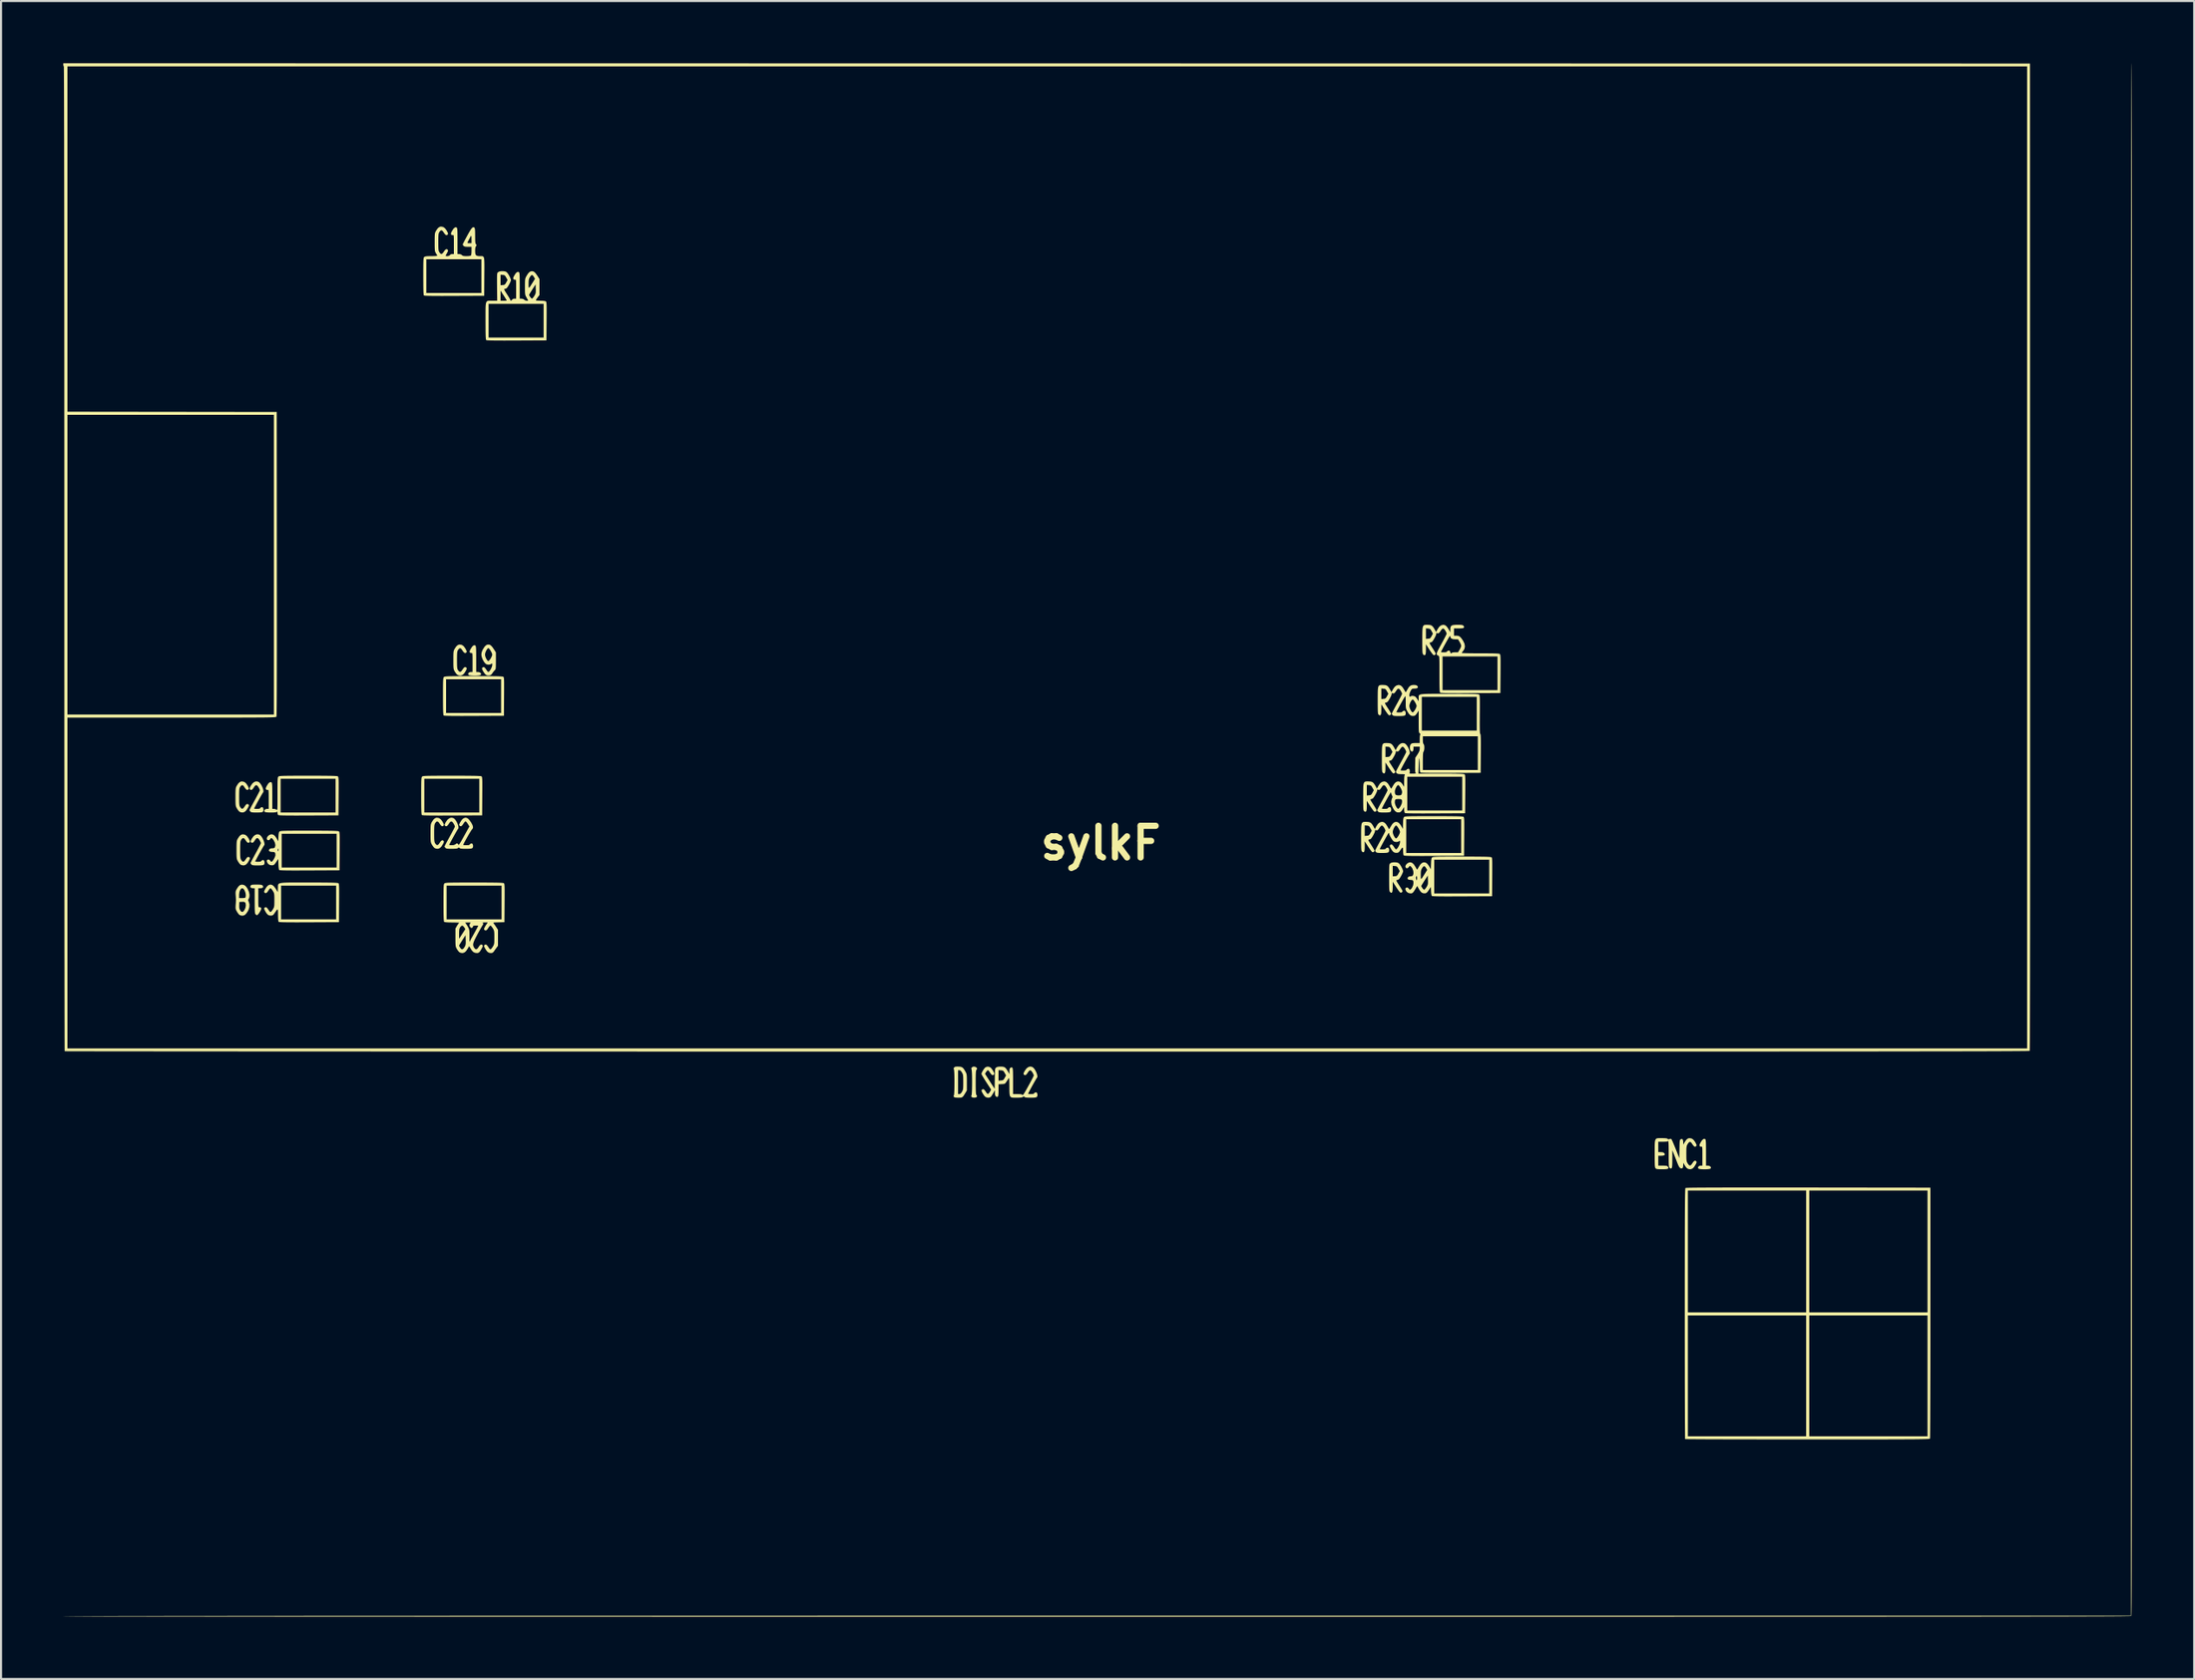
<source format=kicad_pcb>
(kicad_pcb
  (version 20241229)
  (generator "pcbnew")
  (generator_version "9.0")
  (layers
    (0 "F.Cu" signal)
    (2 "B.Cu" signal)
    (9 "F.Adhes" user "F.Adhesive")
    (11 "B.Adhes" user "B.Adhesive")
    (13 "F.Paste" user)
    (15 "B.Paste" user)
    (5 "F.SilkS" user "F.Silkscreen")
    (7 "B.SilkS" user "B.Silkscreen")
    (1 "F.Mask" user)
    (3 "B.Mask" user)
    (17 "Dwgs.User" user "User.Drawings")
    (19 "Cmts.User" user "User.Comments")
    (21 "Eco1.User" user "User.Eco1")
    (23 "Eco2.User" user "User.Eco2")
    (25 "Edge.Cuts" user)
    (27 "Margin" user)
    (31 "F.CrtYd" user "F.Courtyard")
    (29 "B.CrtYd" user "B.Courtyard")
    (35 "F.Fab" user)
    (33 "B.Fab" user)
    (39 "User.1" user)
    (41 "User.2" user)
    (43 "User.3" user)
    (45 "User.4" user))
  (footprint "sylkF"
    (layer "F.Cu")
    (at 50 37.6)
    (property "Reference" "sylkF" (at 0 0 0) (layer "F.SilkS") (effects (font (size 1.524 1.524) (thickness 0.3))))
    (attr board_only exclude_from_pos_files exclude_from_bom)
    (fp_poly (pts (xy -30.138 -9.526) (xy -30.126 -9.509) (xy -30.117 -9.479) (xy -30.11 -9.428) (xy -30.105 -9.351) (xy -30.102 -9.243) (xy -30.101 -9.098) (xy -30.1 -8.909) (xy -30.1 -8.872) (xy -30.1 -8.25) (xy -30.016 -8.25) (xy -29.942 -8.237) (xy -29.887 -8.203) (xy -29.862 -8.158) (xy -29.875 -8.113) (xy -29.915 -8.094) (xy -29.992 -8.081) (xy -30.091 -8.074) (xy -30.201 -8.072) (xy -30.308 -8.076) (xy -30.398 -8.085) (xy -30.458 -8.101) (xy -30.473 -8.111) (xy -30.489 -8.16) (xy -30.466 -8.207) (xy -30.412 -8.241) (xy -30.356 -8.25) (xy -30.275 -8.25) (xy -30.275 -8.714) (xy -30.275 -8.877) (xy -30.276 -8.996) (xy -30.279 -9.078) (xy -30.284 -9.13) (xy -30.292 -9.157) (xy -30.304 -9.166) (xy -30.32 -9.164) (xy -30.321 -9.164) (xy -30.376 -9.169) (xy -30.402 -9.189) (xy -30.417 -9.218) (xy -30.414 -9.256) (xy -30.389 -9.315) (xy -30.361 -9.368) (xy -30.294 -9.473) (xy -30.23 -9.531) (xy -30.171 -9.543)) (stroke (width 0) (type solid)) (fill yes) (layer "F.SilkS"))
    (fp_poly (pts (xy 29.137 14.274) (xy 29.149 14.291) (xy 29.158 14.321) (xy 29.165 14.372) (xy 29.17 14.449) (xy 29.173 14.557) (xy 29.174 14.702) (xy 29.175 14.891) (xy 29.175 14.928) (xy 29.175 15.55) (xy 29.259 15.55) (xy 29.333 15.563) (xy 29.388 15.597) (xy 29.413 15.642) (xy 29.4 15.687) (xy 29.36 15.706) (xy 29.283 15.719) (xy 29.184 15.726) (xy 29.074 15.728) (xy 28.967 15.724) (xy 28.877 15.715) (xy 28.817 15.699) (xy 28.802 15.689) (xy 28.786 15.64) (xy 28.809 15.593) (xy 28.863 15.559) (xy 28.919 15.55) (xy 29 15.55) (xy 29 15.086) (xy 29 14.923) (xy 28.999 14.804) (xy 28.996 14.722) (xy 28.991 14.67) (xy 28.983 14.643) (xy 28.971 14.634) (xy 28.955 14.636) (xy 28.954 14.636) (xy 28.899 14.631) (xy 28.873 14.611) (xy 28.858 14.582) (xy 28.861 14.544) (xy 28.886 14.485) (xy 28.914 14.432) (xy 28.981 14.327) (xy 29.045 14.269) (xy 29.104 14.257)) (stroke (width 0) (type solid)) (fill yes) (layer "F.SilkS"))
    (fp_poly (pts (xy -6.024 10.796) (xy -5.987 10.825) (xy -5.957 10.865) (xy -5.962 10.895) (xy -5.984 10.921) (xy -5.997 10.941) (xy -6.007 10.973) (xy -6.015 11.022) (xy -6.02 11.096) (xy -6.023 11.2) (xy -6.025 11.341) (xy -6.025 11.525) (xy -6.025 11.537) (xy -6.025 11.725) (xy -6.023 11.868) (xy -6.02 11.974) (xy -6.015 12.05) (xy -6.008 12.1) (xy -5.998 12.133) (xy -5.984 12.153) (xy -5.984 12.154) (xy -5.958 12.195) (xy -5.97 12.231) (xy -5.975 12.237) (xy -6.025 12.265) (xy -6.098 12.274) (xy -6.173 12.265) (xy -6.224 12.238) (xy -6.226 12.236) (xy -6.245 12.196) (xy -6.229 12.169) (xy -6.22 12.135) (xy -6.212 12.06) (xy -6.206 11.952) (xy -6.202 11.82) (xy -6.2 11.672) (xy -6.199 11.516) (xy -6.2 11.362) (xy -6.202 11.218) (xy -6.206 11.091) (xy -6.213 10.992) (xy -6.22 10.928) (xy -6.227 10.908) (xy -6.24 10.87) (xy -6.221 10.828) (xy -6.169 10.786) (xy -6.097 10.775)) (stroke (width 0) (type solid)) (fill yes) (layer "F.SilkS"))
    (fp_poly (pts (xy -40.567 2.001) (xy -40.488 2.006) (xy -40.438 2.016) (xy -40.405 2.033) (xy -40.388 2.05) (xy -40.361 2.102) (xy -40.379 2.143) (xy -40.438 2.169) (xy -40.503 2.175) (xy -40.6 2.175) (xy -40.6 2.639) (xy -40.6 2.802) (xy -40.599 2.921) (xy -40.596 3.003) (xy -40.591 3.055) (xy -40.583 3.082) (xy -40.571 3.091) (xy -40.555 3.089) (xy -40.554 3.089) (xy -40.499 3.094) (xy -40.474 3.114) (xy -40.457 3.145) (xy -40.461 3.185) (xy -40.489 3.247) (xy -40.501 3.271) (xy -40.56 3.369) (xy -40.615 3.439) (xy -40.661 3.473) (xy -40.671 3.475) (xy -40.702 3.458) (xy -40.734 3.429) (xy -40.747 3.409) (xy -40.757 3.379) (xy -40.764 3.331) (xy -40.769 3.259) (xy -40.773 3.158) (xy -40.774 3.021) (xy -40.775 2.842) (xy -40.775 2.779) (xy -40.775 2.175) (xy -40.859 2.175) (xy -40.94 2.162) (xy -40.982 2.127) (xy -40.981 2.074) (xy -40.97 2.052) (xy -40.951 2.028) (xy -40.922 2.013) (xy -40.873 2.004) (xy -40.794 2.001) (xy -40.685 2)) (stroke (width 0) (type solid)) (fill yes) (layer "F.SilkS"))
    (fp_poly (pts (xy -30.956 -3.25) (xy -30.688 -3.249) (xy -30.463 -3.248) (xy -30.278 -3.245) (xy -30.131 -3.243) (xy -30.017 -3.239) (xy -29.934 -3.234) (xy -29.879 -3.229) (xy -29.849 -3.222) (xy -29.842 -3.219) (xy -29.831 -3.207) (xy -29.822 -3.188) (xy -29.815 -3.155) (xy -29.81 -3.104) (xy -29.806 -3.031) (xy -29.804 -2.93) (xy -29.804 -2.796) (xy -29.804 -2.625) (xy -29.805 -2.412) (xy -29.806 -2.263) (xy -29.812 -1.337) (xy -31.251 -1.331) (xy -31.574 -1.33) (xy -31.849 -1.329) (xy -32.081 -1.33) (xy -32.271 -1.331) (xy -32.424 -1.333) (xy -32.541 -1.336) (xy -32.627 -1.34) (xy -32.683 -1.345) (xy -32.714 -1.351) (xy -32.72 -1.355) (xy -32.728 -1.377) (xy -32.735 -1.428) (xy -32.738 -1.475) (xy -32.6 -1.475) (xy -29.95 -1.475) (xy -29.95 -3.1) (xy -32.6 -3.1) (xy -32.6 -1.475) (xy -32.738 -1.475) (xy -32.741 -1.511) (xy -32.745 -1.629) (xy -32.748 -1.787) (xy -32.749 -1.986) (xy -32.75 -2.232) (xy -32.75 -2.276) (xy -32.75 -2.512) (xy -32.749 -2.702) (xy -32.748 -2.853) (xy -32.746 -2.969) (xy -32.742 -3.054) (xy -32.738 -3.116) (xy -32.731 -3.157) (xy -32.723 -3.184) (xy -32.712 -3.201) (xy -32.704 -3.209) (xy -32.691 -3.218) (xy -32.669 -3.225) (xy -32.635 -3.231) (xy -32.586 -3.237) (xy -32.516 -3.241) (xy -32.422 -3.244) (xy -32.3 -3.246) (xy -32.147 -3.248) (xy -31.957 -3.249) (xy -31.728 -3.25) (xy -31.455 -3.25) (xy -31.272 -3.25)) (stroke (width 0) (type solid)) (fill yes) (layer "F.SilkS"))
    (fp_poly (pts (xy -29.906 -8.05) (xy -29.638 -8.049) (xy -29.413 -8.048) (xy -29.228 -8.045) (xy -29.081 -8.043) (xy -28.967 -8.039) (xy -28.884 -8.034) (xy -28.829 -8.029) (xy -28.799 -8.022) (xy -28.792 -8.019) (xy -28.781 -8.007) (xy -28.772 -7.988) (xy -28.765 -7.955) (xy -28.76 -7.904) (xy -28.756 -7.831) (xy -28.754 -7.73) (xy -28.754 -7.596) (xy -28.754 -7.425) (xy -28.755 -7.212) (xy -28.756 -7.062) (xy -28.762 -6.138) (xy -30.201 -6.131) (xy -30.524 -6.13) (xy -30.799 -6.129) (xy -31.031 -6.13) (xy -31.221 -6.131) (xy -31.374 -6.133) (xy -31.491 -6.136) (xy -31.577 -6.14) (xy -31.633 -6.145) (xy -31.664 -6.151) (xy -31.67 -6.155) (xy -31.678 -6.177) (xy -31.685 -6.228) (xy -31.688 -6.275) (xy -31.55 -6.275) (xy -28.9 -6.275) (xy -28.9 -7.9) (xy -31.55 -7.9) (xy -31.55 -6.275) (xy -31.688 -6.275) (xy -31.691 -6.311) (xy -31.695 -6.429) (xy -31.698 -6.587) (xy -31.699 -6.786) (xy -31.7 -7.032) (xy -31.7 -7.076) (xy -31.7 -7.312) (xy -31.699 -7.502) (xy -31.698 -7.653) (xy -31.696 -7.769) (xy -31.692 -7.854) (xy -31.688 -7.916) (xy -31.681 -7.957) (xy -31.673 -7.984) (xy -31.662 -8.001) (xy -31.654 -8.009) (xy -31.641 -8.018) (xy -31.619 -8.025) (xy -31.585 -8.031) (xy -31.536 -8.037) (xy -31.466 -8.041) (xy -31.372 -8.044) (xy -31.25 -8.046) (xy -31.097 -8.048) (xy -30.907 -8.049) (xy -30.678 -8.05) (xy -30.405 -8.05) (xy -30.222 -8.05)) (stroke (width 0) (type solid)) (fill yes) (layer "F.SilkS"))
    (fp_poly (pts (xy -41.291 -2.956) (xy -41.204 -2.895) (xy -41.125 -2.788) (xy -41.113 -2.766) (xy -41.073 -2.688) (xy -41.056 -2.641) (xy -41.059 -2.611) (xy -41.077 -2.587) (xy -41.126 -2.561) (xy -41.177 -2.58) (xy -41.235 -2.646) (xy -41.263 -2.69) (xy -41.32 -2.768) (xy -41.373 -2.797) (xy -41.424 -2.777) (xy -41.473 -2.716) (xy -41.493 -2.68) (xy -41.507 -2.64) (xy -41.516 -2.587) (xy -41.521 -2.512) (xy -41.524 -2.407) (xy -41.525 -2.262) (xy -41.525 -2.225) (xy -41.524 -2.071) (xy -41.522 -1.958) (xy -41.517 -1.877) (xy -41.509 -1.82) (xy -41.496 -1.778) (xy -41.478 -1.742) (xy -41.473 -1.734) (xy -41.42 -1.67) (xy -41.368 -1.654) (xy -41.315 -1.687) (xy -41.263 -1.76) (xy -41.202 -1.847) (xy -41.148 -1.886) (xy -41.098 -1.88) (xy -41.077 -1.863) (xy -41.057 -1.836) (xy -41.056 -1.803) (xy -41.077 -1.751) (xy -41.1 -1.706) (xy -41.173 -1.588) (xy -41.246 -1.514) (xy -41.326 -1.48) (xy -41.372 -1.476) (xy -41.449 -1.488) (xy -41.513 -1.517) (xy -41.516 -1.519) (xy -41.559 -1.566) (xy -41.61 -1.637) (xy -41.634 -1.677) (xy -41.658 -1.721) (xy -41.675 -1.761) (xy -41.687 -1.807) (xy -41.694 -1.868) (xy -41.698 -1.952) (xy -41.7 -2.068) (xy -41.7 -2.225) (xy -41.7 -2.382) (xy -41.698 -2.499) (xy -41.694 -2.583) (xy -41.687 -2.643) (xy -41.675 -2.689) (xy -41.658 -2.73) (xy -41.634 -2.773) (xy -41.56 -2.883) (xy -41.487 -2.948) (xy -41.409 -2.974) (xy -41.393 -2.974)) (stroke (width 0) (type solid)) (fill yes) (layer "F.SilkS"))
    (fp_poly (pts (xy -41.241 -0.406) (xy -41.154 -0.345) (xy -41.075 -0.238) (xy -41.063 -0.216) (xy -41.023 -0.138) (xy -41.006 -0.091) (xy -41.009 -0.061) (xy -41.027 -0.037) (xy -41.076 -0.011) (xy -41.127 -0.03) (xy -41.185 -0.096) (xy -41.213 -0.14) (xy -41.27 -0.218) (xy -41.323 -0.247) (xy -41.374 -0.227) (xy -41.423 -0.166) (xy -41.443 -0.13) (xy -41.457 -0.09) (xy -41.466 -0.037) (xy -41.471 0.038) (xy -41.474 0.143) (xy -41.475 0.288) (xy -41.475 0.325) (xy -41.474 0.479) (xy -41.472 0.592) (xy -41.467 0.673) (xy -41.459 0.73) (xy -41.446 0.772) (xy -41.428 0.808) (xy -41.423 0.816) (xy -41.37 0.88) (xy -41.318 0.896) (xy -41.265 0.863) (xy -41.213 0.79) (xy -41.152 0.703) (xy -41.098 0.664) (xy -41.048 0.67) (xy -41.027 0.687) (xy -41.007 0.714) (xy -41.006 0.747) (xy -41.027 0.799) (xy -41.05 0.844) (xy -41.123 0.962) (xy -41.196 1.036) (xy -41.276 1.07) (xy -41.322 1.074) (xy -41.399 1.062) (xy -41.463 1.033) (xy -41.466 1.031) (xy -41.509 0.984) (xy -41.56 0.913) (xy -41.584 0.873) (xy -41.608 0.829) (xy -41.625 0.789) (xy -41.637 0.743) (xy -41.644 0.682) (xy -41.648 0.598) (xy -41.65 0.482) (xy -41.65 0.325) (xy -41.65 0.168) (xy -41.648 0.051) (xy -41.644 -0.033) (xy -41.637 -0.093) (xy -41.625 -0.139) (xy -41.608 -0.18) (xy -41.584 -0.223) (xy -41.51 -0.333) (xy -41.437 -0.398) (xy -41.359 -0.424) (xy -41.343 -0.424)) (stroke (width 0) (type solid)) (fill yes) (layer "F.SilkS"))
    (fp_poly (pts (xy -31.891 -1.206) (xy -31.804 -1.145) (xy -31.725 -1.038) (xy -31.713 -1.016) (xy -31.673 -0.938) (xy -31.656 -0.891) (xy -31.659 -0.861) (xy -31.677 -0.837) (xy -31.726 -0.811) (xy -31.777 -0.83) (xy -31.835 -0.896) (xy -31.863 -0.94) (xy -31.92 -1.018) (xy -31.973 -1.047) (xy -32.024 -1.027) (xy -32.073 -0.966) (xy -32.093 -0.93) (xy -32.107 -0.89) (xy -32.116 -0.837) (xy -32.121 -0.762) (xy -32.124 -0.657) (xy -32.125 -0.512) (xy -32.125 -0.475) (xy -32.124 -0.321) (xy -32.122 -0.208) (xy -32.117 -0.127) (xy -32.109 -0.07) (xy -32.096 -0.028) (xy -32.078 0.008) (xy -32.073 0.016) (xy -32.02 0.08) (xy -31.968 0.096) (xy -31.915 0.063) (xy -31.863 -0.01) (xy -31.802 -0.097) (xy -31.748 -0.136) (xy -31.698 -0.13) (xy -31.677 -0.113) (xy -31.657 -0.086) (xy -31.656 -0.053) (xy -31.677 -0.001) (xy -31.7 0.044) (xy -31.773 0.162) (xy -31.846 0.236) (xy -31.926 0.27) (xy -31.972 0.274) (xy -32.049 0.262) (xy -32.113 0.233) (xy -32.116 0.231) (xy -32.159 0.184) (xy -32.21 0.113) (xy -32.234 0.073) (xy -32.258 0.029) (xy -32.275 -0.011) (xy -32.287 -0.057) (xy -32.294 -0.118) (xy -32.298 -0.202) (xy -32.3 -0.318) (xy -32.3 -0.475) (xy -32.3 -0.632) (xy -32.298 -0.749) (xy -32.294 -0.833) (xy -32.287 -0.893) (xy -32.275 -0.939) (xy -32.258 -0.98) (xy -32.234 -1.023) (xy -32.16 -1.133) (xy -32.087 -1.198) (xy -32.009 -1.224) (xy -31.993 -1.224)) (stroke (width 0) (type solid)) (fill yes) (layer "F.SilkS"))
    (fp_poly (pts (xy -30.791 -9.556) (xy -30.704 -9.495) (xy -30.625 -9.388) (xy -30.613 -9.366) (xy -30.573 -9.288) (xy -30.556 -9.241) (xy -30.559 -9.211) (xy -30.577 -9.187) (xy -30.626 -9.161) (xy -30.677 -9.18) (xy -30.735 -9.246) (xy -30.763 -9.29) (xy -30.82 -9.368) (xy -30.873 -9.397) (xy -30.924 -9.377) (xy -30.973 -9.316) (xy -30.993 -9.28) (xy -31.007 -9.24) (xy -31.016 -9.187) (xy -31.021 -9.112) (xy -31.024 -9.007) (xy -31.025 -8.862) (xy -31.025 -8.825) (xy -31.024 -8.671) (xy -31.022 -8.558) (xy -31.017 -8.477) (xy -31.009 -8.42) (xy -30.996 -8.378) (xy -30.978 -8.342) (xy -30.973 -8.334) (xy -30.92 -8.27) (xy -30.868 -8.254) (xy -30.815 -8.287) (xy -30.763 -8.36) (xy -30.702 -8.447) (xy -30.648 -8.486) (xy -30.598 -8.48) (xy -30.577 -8.463) (xy -30.557 -8.436) (xy -30.556 -8.403) (xy -30.577 -8.351) (xy -30.6 -8.306) (xy -30.673 -8.188) (xy -30.746 -8.114) (xy -30.826 -8.08) (xy -30.872 -8.076) (xy -30.949 -8.088) (xy -31.013 -8.117) (xy -31.016 -8.119) (xy -31.059 -8.166) (xy -31.11 -8.237) (xy -31.134 -8.277) (xy -31.158 -8.321) (xy -31.175 -8.361) (xy -31.187 -8.407) (xy -31.194 -8.468) (xy -31.198 -8.552) (xy -31.2 -8.668) (xy -31.2 -8.825) (xy -31.2 -8.982) (xy -31.198 -9.099) (xy -31.194 -9.183) (xy -31.187 -9.243) (xy -31.175 -9.289) (xy -31.158 -9.33) (xy -31.134 -9.373) (xy -31.06 -9.483) (xy -30.987 -9.548) (xy -30.909 -9.574) (xy -30.893 -9.574)) (stroke (width 0) (type solid)) (fill yes) (layer "F.SilkS"))
    (fp_poly (pts (xy -6.769 10.781) (xy -6.692 10.803) (xy -6.63 10.848) (xy -6.572 10.927) (xy -6.528 11.002) (xy -6.498 11.056) (xy -6.478 11.102) (xy -6.464 11.15) (xy -6.456 11.21) (xy -6.452 11.291) (xy -6.45 11.405) (xy -6.45 11.533) (xy -6.45 11.924) (xy -6.529 12.056) (xy -6.59 12.154) (xy -6.636 12.218) (xy -6.681 12.254) (xy -6.735 12.27) (xy -6.81 12.275) (xy -6.863 12.275) (xy -6.971 12.271) (xy -7.039 12.259) (xy -7.075 12.237) (xy -7.076 12.236) (xy -7.095 12.196) (xy -7.079 12.169) (xy -7.07 12.135) (xy -7.066 12.1) (xy -6.875 12.1) (xy -6.814 12.1) (xy -6.765 12.086) (xy -6.719 12.04) (xy -6.689 11.992) (xy -6.663 11.946) (xy -6.646 11.902) (xy -6.635 11.851) (xy -6.628 11.781) (xy -6.626 11.682) (xy -6.625 11.546) (xy -6.625 11.525) (xy -6.626 11.383) (xy -6.628 11.28) (xy -6.634 11.207) (xy -6.644 11.154) (xy -6.661 11.11) (xy -6.685 11.065) (xy -6.689 11.058) (xy -6.738 10.987) (xy -6.783 10.955) (xy -6.814 10.95) (xy -6.875 10.95) (xy -6.875 12.1) (xy -7.066 12.1) (xy -7.062 12.06) (xy -7.056 11.952) (xy -7.052 11.82) (xy -7.05 11.672) (xy -7.049 11.516) (xy -7.05 11.362) (xy -7.052 11.218) (xy -7.056 11.091) (xy -7.063 10.992) (xy -7.07 10.928) (xy -7.077 10.908) (xy -7.09 10.87) (xy -7.071 10.828) (xy -7.045 10.799) (xy -7.006 10.783) (xy -6.939 10.776) (xy -6.875 10.776)) (stroke (width 0) (type solid)) (fill yes) (layer "F.SilkS"))
    (fp_poly (pts (xy -40.611 -2.962) (xy -40.559 -2.931) (xy -40.5 -2.868) (xy -40.446 -2.784) (xy -40.4 -2.69) (xy -40.367 -2.596) (xy -40.352 -2.515) (xy -40.358 -2.457) (xy -40.372 -2.439) (xy -40.39 -2.414) (xy -40.426 -2.354) (xy -40.476 -2.268) (xy -40.535 -2.164) (xy -40.598 -2.051) (xy -40.66 -1.938) (xy -40.716 -1.834) (xy -40.761 -1.747) (xy -40.791 -1.688) (xy -40.8 -1.664) (xy -40.777 -1.656) (xy -40.719 -1.651) (xy -40.663 -1.65) (xy -40.587 -1.653) (xy -40.537 -1.661) (xy -40.525 -1.669) (xy -40.506 -1.695) (xy -40.473 -1.72) (xy -40.415 -1.737) (xy -40.372 -1.709) (xy -40.351 -1.642) (xy -40.35 -1.614) (xy -40.354 -1.557) (xy -40.373 -1.518) (xy -40.413 -1.494) (xy -40.483 -1.481) (xy -40.59 -1.476) (xy -40.676 -1.475) (xy -40.799 -1.476) (xy -40.882 -1.481) (xy -40.935 -1.49) (xy -40.968 -1.506) (xy -40.984 -1.521) (xy -41.016 -1.564) (xy -41.025 -1.588) (xy -41.013 -1.615) (xy -40.981 -1.679) (xy -40.932 -1.774) (xy -40.869 -1.891) (xy -40.796 -2.025) (xy -40.775 -2.062) (xy -40.7 -2.2) (xy -40.634 -2.325) (xy -40.58 -2.428) (xy -40.543 -2.504) (xy -40.526 -2.545) (xy -40.525 -2.549) (xy -40.537 -2.589) (xy -40.567 -2.654) (xy -40.589 -2.692) (xy -40.645 -2.769) (xy -40.696 -2.797) (xy -40.747 -2.777) (xy -40.802 -2.707) (xy -40.812 -2.69) (xy -40.873 -2.603) (xy -40.927 -2.564) (xy -40.977 -2.57) (xy -40.998 -2.587) (xy -41.017 -2.613) (xy -41.019 -2.644) (xy -41 -2.694) (xy -40.962 -2.766) (xy -40.885 -2.876) (xy -40.796 -2.948) (xy -40.703 -2.977)) (stroke (width 0) (type solid)) (fill yes) (layer "F.SilkS"))
    (fp_poly (pts (xy -40.561 -0.412) (xy -40.509 -0.381) (xy -40.45 -0.318) (xy -40.396 -0.234) (xy -40.35 -0.14) (xy -40.317 -0.046) (xy -40.302 0.035) (xy -40.308 0.093) (xy -40.322 0.111) (xy -40.34 0.136) (xy -40.376 0.196) (xy -40.426 0.282) (xy -40.485 0.386) (xy -40.548 0.499) (xy -40.61 0.612) (xy -40.666 0.716) (xy -40.711 0.803) (xy -40.741 0.862) (xy -40.75 0.886) (xy -40.727 0.894) (xy -40.669 0.899) (xy -40.612 0.9) (xy -40.537 0.897) (xy -40.487 0.889) (xy -40.475 0.881) (xy -40.456 0.855) (xy -40.423 0.83) (xy -40.365 0.813) (xy -40.322 0.841) (xy -40.301 0.908) (xy -40.3 0.936) (xy -40.304 0.993) (xy -40.323 1.032) (xy -40.363 1.056) (xy -40.433 1.069) (xy -40.54 1.074) (xy -40.626 1.075) (xy -40.749 1.074) (xy -40.832 1.069) (xy -40.885 1.06) (xy -40.918 1.044) (xy -40.934 1.029) (xy -40.966 0.986) (xy -40.975 0.962) (xy -40.963 0.935) (xy -40.931 0.871) (xy -40.882 0.776) (xy -40.819 0.659) (xy -40.746 0.525) (xy -40.725 0.487) (xy -40.65 0.35) (xy -40.584 0.225) (xy -40.53 0.122) (xy -40.493 0.046) (xy -40.476 0.005) (xy -40.475 0.001) (xy -40.487 -0.039) (xy -40.517 -0.104) (xy -40.539 -0.142) (xy -40.595 -0.219) (xy -40.646 -0.247) (xy -40.697 -0.227) (xy -40.752 -0.157) (xy -40.762 -0.14) (xy -40.823 -0.053) (xy -40.877 -0.014) (xy -40.927 -0.02) (xy -40.948 -0.037) (xy -40.967 -0.063) (xy -40.969 -0.094) (xy -40.95 -0.144) (xy -40.912 -0.216) (xy -40.835 -0.326) (xy -40.746 -0.398) (xy -40.653 -0.427)) (stroke (width 0) (type solid)) (fill yes) (layer "F.SilkS"))
    (fp_poly (pts (xy 14.296 0.938) (xy 14.364 0.968) (xy 14.366 0.969) (xy 14.416 1.024) (xy 14.47 1.105) (xy 14.52 1.198) (xy 14.558 1.286) (xy 14.575 1.352) (xy 14.575 1.356) (xy 14.562 1.408) (xy 14.529 1.486) (xy 14.484 1.574) (xy 14.434 1.658) (xy 14.389 1.723) (xy 14.367 1.746) (xy 14.319 1.769) (xy 14.281 1.779) (xy 14.258 1.785) (xy 14.25 1.799) (xy 14.259 1.829) (xy 14.287 1.882) (xy 14.339 1.964) (xy 14.386 2.038) (xy 14.45 2.137) (xy 14.502 2.223) (xy 14.537 2.286) (xy 14.549 2.316) (xy 14.529 2.36) (xy 14.483 2.387) (xy 14.441 2.386) (xy 14.413 2.359) (xy 14.365 2.3) (xy 14.304 2.215) (xy 14.238 2.117) (xy 14.075 1.863) (xy 14.075 2.102) (xy 14.07 2.245) (xy 14.056 2.341) (xy 14.03 2.391) (xy 13.994 2.396) (xy 13.945 2.358) (xy 13.941 2.354) (xy 13.929 2.335) (xy 13.919 2.305) (xy 13.911 2.258) (xy 13.906 2.189) (xy 13.903 2.091) (xy 13.901 1.958) (xy 13.9 1.785) (xy 13.9 1.667) (xy 13.9 1.471) (xy 13.901 1.318) (xy 13.903 1.203) (xy 13.907 1.12) (xy 13.909 1.097) (xy 14.075 1.097) (xy 14.075 1.603) (xy 14.179 1.595) (xy 14.242 1.587) (xy 14.284 1.564) (xy 14.321 1.516) (xy 14.347 1.469) (xy 14.412 1.35) (xy 14.347 1.231) (xy 14.306 1.161) (xy 14.269 1.125) (xy 14.22 1.109) (xy 14.179 1.105) (xy 14.075 1.097) (xy 13.909 1.097) (xy 13.912 1.062) (xy 13.92 1.024) (xy 13.931 0.998) (xy 13.945 0.98) (xy 13.95 0.975) (xy 14.011 0.943) (xy 14.101 0.926) (xy 14.202 0.924)) (stroke (width 0) (type solid)) (fill yes) (layer "F.SilkS"))
    (fp_poly (pts (xy -41.302 2.014) (xy -41.224 2.06) (xy -41.152 2.146) (xy -41.111 2.213) (xy -41.051 2.351) (xy -41.024 2.486) (xy -41.031 2.605) (xy -41.064 2.686) (xy -41.088 2.733) (xy -41.086 2.774) (xy -41.064 2.822) (xy -41.027 2.946) (xy -41.031 3.085) (xy -41.075 3.226) (xy -41.104 3.281) (xy -41.176 3.389) (xy -41.24 3.456) (xy -41.307 3.49) (xy -41.375 3.499) (xy -41.451 3.487) (xy -41.514 3.457) (xy -41.516 3.456) (xy -41.559 3.409) (xy -41.61 3.338) (xy -41.636 3.294) (xy -41.671 3.229) (xy -41.69 3.173) (xy -41.696 3.108) (xy -41.696 3.097) (xy -41.52 3.097) (xy -41.507 3.17) (xy -41.477 3.234) (xy -41.474 3.239) (xy -41.421 3.304) (xy -41.369 3.321) (xy -41.316 3.289) (xy -41.264 3.217) (xy -41.219 3.112) (xy -41.201 3.004) (xy -41.211 2.911) (xy -41.232 2.866) (xy -41.266 2.838) (xy -41.324 2.828) (xy -41.388 2.83) (xy -41.513 2.837) (xy -41.52 2.995) (xy -41.52 3.097) (xy -41.696 3.097) (xy -41.693 3.017) (xy -41.691 2.982) (xy -41.684 2.884) (xy -41.68 2.803) (xy -41.677 2.754) (xy -41.677 2.75) (xy -41.679 2.708) (xy -41.682 2.65) (xy -41.525 2.65) (xy -41.378 2.65) (xy -41.287 2.646) (xy -41.236 2.633) (xy -41.215 2.61) (xy -41.202 2.53) (xy -41.21 2.436) (xy -41.237 2.341) (xy -41.276 2.257) (xy -41.324 2.197) (xy -41.374 2.175) (xy -41.429 2.198) (xy -41.475 2.262) (xy -41.509 2.355) (xy -41.524 2.468) (xy -41.525 2.497) (xy -41.525 2.65) (xy -41.682 2.65) (xy -41.683 2.632) (xy -41.689 2.536) (xy -41.691 2.518) (xy -41.696 2.415) (xy -41.693 2.345) (xy -41.678 2.288) (xy -41.648 2.227) (xy -41.636 2.206) (xy -41.562 2.095) (xy -41.489 2.028) (xy -41.413 2.002) (xy -41.395 2.001)) (stroke (width 0) (type solid)) (fill yes) (layer "F.SilkS"))
    (fp_poly (pts (xy -29.447 -9.564) (xy -29.387 -9.526) (xy -29.322 -9.455) (xy -29.245 -9.345) (xy -29.235 -9.329) (xy -29.15 -9.196) (xy -29.15 -8.787) (xy -29.151 -8.633) (xy -29.153 -8.522) (xy -29.157 -8.445) (xy -29.164 -8.396) (xy -29.176 -8.366) (xy -29.192 -8.348) (xy -29.195 -8.345) (xy -29.234 -8.306) (xy -29.285 -8.242) (xy -29.314 -8.2) (xy -29.364 -8.132) (xy -29.408 -8.097) (xy -29.463 -8.083) (xy -29.49 -8.08) (xy -29.573 -8.084) (xy -29.635 -8.116) (xy -29.651 -8.13) (xy -29.699 -8.187) (xy -29.752 -8.265) (xy -29.775 -8.306) (xy -29.81 -8.376) (xy -29.821 -8.418) (xy -29.812 -8.447) (xy -29.798 -8.463) (xy -29.749 -8.489) (xy -29.697 -8.47) (xy -29.64 -8.404) (xy -29.612 -8.36) (xy -29.569 -8.297) (xy -29.53 -8.257) (xy -29.514 -8.25) (xy -29.476 -8.272) (xy -29.432 -8.327) (xy -29.387 -8.403) (xy -29.35 -8.486) (xy -29.328 -8.561) (xy -29.325 -8.592) (xy -29.327 -8.65) (xy -29.337 -8.666) (xy -29.364 -8.648) (xy -29.371 -8.641) (xy -29.439 -8.609) (xy -29.526 -8.603) (xy -29.61 -8.625) (xy -29.641 -8.644) (xy -29.712 -8.723) (xy -29.776 -8.832) (xy -29.825 -8.952) (xy -29.849 -9.064) (xy -29.85 -9.088) (xy -29.675 -9.088) (xy -29.664 -9.015) (xy -29.635 -8.933) (xy -29.595 -8.856) (xy -29.553 -8.799) (xy -29.515 -8.775) (xy -29.514 -8.775) (xy -29.483 -8.795) (xy -29.439 -8.846) (xy -29.402 -8.9) (xy -29.36 -8.98) (xy -29.332 -9.052) (xy -29.325 -9.088) (xy -29.338 -9.143) (xy -29.37 -9.215) (xy -29.413 -9.29) (xy -29.458 -9.355) (xy -29.498 -9.394) (xy -29.514 -9.4) (xy -29.551 -9.378) (xy -29.593 -9.322) (xy -29.633 -9.246) (xy -29.663 -9.164) (xy -29.675 -9.09) (xy -29.675 -9.088) (xy -29.85 -9.088) (xy -29.838 -9.191) (xy -29.799 -9.298) (xy -29.772 -9.348) (xy -29.701 -9.461) (xy -29.635 -9.532) (xy -29.566 -9.567) (xy -29.51 -9.574)) (stroke (width 0) (type solid)) (fill yes) (layer "F.SilkS"))
    (fp_poly (pts (xy -37.881 -3.25) (xy -37.613 -3.249) (xy -37.388 -3.248) (xy -37.203 -3.245) (xy -37.056 -3.243) (xy -36.942 -3.239) (xy -36.859 -3.234) (xy -36.804 -3.229) (xy -36.774 -3.222) (xy -36.767 -3.219) (xy -36.756 -3.207) (xy -36.747 -3.188) (xy -36.74 -3.155) (xy -36.735 -3.104) (xy -36.731 -3.031) (xy -36.729 -2.93) (xy -36.729 -2.796) (xy -36.729 -2.625) (xy -36.73 -2.412) (xy -36.731 -2.263) (xy -36.737 -1.337) (xy -38.176 -1.331) (xy -38.499 -1.33) (xy -38.774 -1.329) (xy -39.006 -1.33) (xy -39.196 -1.331) (xy -39.349 -1.333) (xy -39.466 -1.336) (xy -39.552 -1.34) (xy -39.608 -1.345) (xy -39.639 -1.351) (xy -39.645 -1.355) (xy -39.667 -1.4) (xy -39.675 -1.46) (xy -39.676 -1.475) (xy -39.525 -1.475) (xy -36.875 -1.475) (xy -36.875 -3.1) (xy -39.525 -3.1) (xy -39.525 -1.475) (xy -39.676 -1.475) (xy -39.679 -1.509) (xy -39.694 -1.514) (xy -39.705 -1.505) (xy -39.746 -1.489) (xy -39.822 -1.479) (xy -39.921 -1.474) (xy -40.03 -1.474) (xy -40.136 -1.478) (xy -40.224 -1.487) (xy -40.284 -1.501) (xy -40.298 -1.511) (xy -40.314 -1.56) (xy -40.291 -1.607) (xy -40.237 -1.641) (xy -40.181 -1.65) (xy -40.1 -1.65) (xy -40.1 -2.114) (xy -40.1 -2.277) (xy -40.101 -2.396) (xy -40.104 -2.478) (xy -40.109 -2.53) (xy -40.117 -2.557) (xy -40.129 -2.566) (xy -40.145 -2.564) (xy -40.146 -2.564) (xy -40.201 -2.569) (xy -40.227 -2.589) (xy -40.242 -2.618) (xy -40.239 -2.656) (xy -40.214 -2.715) (xy -40.186 -2.768) (xy -40.119 -2.873) (xy -40.055 -2.931) (xy -39.996 -2.943) (xy -39.963 -2.926) (xy -39.951 -2.909) (xy -39.942 -2.879) (xy -39.935 -2.828) (xy -39.93 -2.751) (xy -39.927 -2.643) (xy -39.926 -2.498) (xy -39.925 -2.309) (xy -39.925 -2.272) (xy -39.925 -1.65) (xy -39.846 -1.65) (xy -39.774 -1.637) (xy -39.721 -1.609) (xy -39.708 -1.599) (xy -39.698 -1.598) (xy -39.69 -1.612) (xy -39.684 -1.644) (xy -39.68 -1.7) (xy -39.678 -1.784) (xy -39.676 -1.902) (xy -39.675 -2.058) (xy -39.675 -2.256) (xy -39.675 -2.367) (xy -39.675 -2.589) (xy -39.674 -2.767) (xy -39.673 -2.905) (xy -39.67 -3.009) (xy -39.666 -3.085) (xy -39.66 -3.137) (xy -39.653 -3.171) (xy -39.643 -3.193) (xy -39.63 -3.208) (xy -39.629 -3.209) (xy -39.616 -3.218) (xy -39.594 -3.225) (xy -39.56 -3.231) (xy -39.511 -3.237) (xy -39.441 -3.241) (xy -39.347 -3.244) (xy -39.225 -3.246) (xy -39.072 -3.248) (xy -38.882 -3.249) (xy -38.653 -3.25) (xy -38.38 -3.25) (xy -38.197 -3.25)) (stroke (width 0) (type solid)) (fill yes) (layer "F.SilkS"))
    (fp_poly (pts (xy -38.628 1.9) (xy -38.344 1.9) (xy -38.176 1.9) (xy -37.86 1.9) (xy -37.591 1.901) (xy -37.365 1.902) (xy -37.18 1.905) (xy -37.032 1.907) (xy -36.919 1.911) (xy -36.835 1.916) (xy -36.78 1.921) (xy -36.749 1.928) (xy -36.742 1.931) (xy -36.731 1.943) (xy -36.722 1.962) (xy -36.715 1.995) (xy -36.71 2.046) (xy -36.706 2.119) (xy -36.704 2.22) (xy -36.704 2.354) (xy -36.704 2.525) (xy -36.705 2.738) (xy -36.706 2.888) (xy -36.712 3.812) (xy -38.151 3.819) (xy -38.474 3.82) (xy -38.749 3.821) (xy -38.981 3.82) (xy -39.171 3.819) (xy -39.324 3.817) (xy -39.441 3.814) (xy -39.527 3.81) (xy -39.583 3.805) (xy -39.614 3.799) (xy -39.62 3.795) (xy -39.635 3.753) (xy -39.644 3.675) (xy -39.5 3.675) (xy -36.85 3.675) (xy -36.85 2.05) (xy -39.5 2.05) (xy -39.5 3.675) (xy -39.644 3.675) (xy -39.645 3.663) (xy -39.65 3.523) (xy -39.65 3.465) (xy -39.651 3.33) (xy -39.655 3.243) (xy -39.667 3.201) (xy -39.69 3.203) (xy -39.728 3.246) (xy -39.783 3.327) (xy -39.808 3.365) (xy -39.859 3.436) (xy -39.902 3.475) (xy -39.952 3.492) (xy -39.98 3.495) (xy -40.069 3.489) (xy -40.143 3.452) (xy -40.211 3.375) (xy -40.263 3.289) (xy -40.302 3.212) (xy -40.319 3.165) (xy -40.316 3.135) (xy -40.298 3.112) (xy -40.249 3.086) (xy -40.198 3.105) (xy -40.14 3.171) (xy -40.112 3.215) (xy -40.069 3.278) (xy -40.03 3.318) (xy -40.014 3.325) (xy -39.983 3.305) (xy -39.939 3.254) (xy -39.902 3.2) (xy -39.871 3.147) (xy -39.849 3.101) (xy -39.836 3.051) (xy -39.828 2.986) (xy -39.826 2.895) (xy -39.825 2.766) (xy -39.825 2.75) (xy -39.825 2.617) (xy -39.828 2.522) (xy -39.835 2.455) (xy -39.847 2.404) (xy -39.868 2.358) (xy -39.898 2.307) (xy -39.902 2.3) (xy -39.949 2.233) (xy -39.991 2.187) (xy -40.014 2.175) (xy -40.045 2.195) (xy -40.087 2.246) (xy -40.112 2.285) (xy -40.173 2.372) (xy -40.227 2.411) (xy -40.277 2.405) (xy -40.298 2.388) (xy -40.318 2.361) (xy -40.319 2.328) (xy -40.298 2.276) (xy -40.275 2.231) (xy -40.198 2.109) (xy -40.121 2.034) (xy -40.038 2.002) (xy -40.013 2) (xy -39.939 2.015) (xy -39.869 2.063) (xy -39.796 2.15) (xy -39.737 2.239) (xy -39.663 2.362) (xy -39.655 2.176) (xy -39.654 2.118) (xy -39.654 2.068) (xy -39.651 2.027) (xy -39.641 1.993) (xy -39.62 1.966) (xy -39.586 1.944) (xy -39.533 1.928) (xy -39.458 1.916) (xy -39.358 1.908) (xy -39.229 1.903) (xy -39.067 1.9) (xy -38.868 1.899)) (stroke (width 0) (type solid)) (fill yes) (layer "F.SilkS"))
    (fp_poly (pts (xy -37.835 -0.6) (xy -37.566 -0.599) (xy -37.34 -0.598) (xy -37.155 -0.595) (xy -37.007 -0.593) (xy -36.894 -0.589) (xy -36.81 -0.584) (xy -36.755 -0.579) (xy -36.724 -0.572) (xy -36.717 -0.569) (xy -36.706 -0.557) (xy -36.697 -0.538) (xy -36.69 -0.505) (xy -36.685 -0.454) (xy -36.681 -0.381) (xy -36.679 -0.28) (xy -36.679 -0.146) (xy -36.679 0.025) (xy -36.68 0.238) (xy -36.681 0.388) (xy -36.688 1.312) (xy -38.128 1.319) (xy -38.443 1.32) (xy -38.711 1.321) (xy -38.936 1.321) (xy -39.122 1.32) (xy -39.271 1.318) (xy -39.387 1.315) (xy -39.474 1.312) (xy -39.535 1.307) (xy -39.574 1.302) (xy -39.593 1.295) (xy -39.596 1.293) (xy -39.608 1.255) (xy -39.619 1.179) (xy -39.62 1.175) (xy -39.475 1.175) (xy -36.825 1.175) (xy -36.825 -0.45) (xy -39.475 -0.45) (xy -39.475 1.175) (xy -39.62 1.175) (xy -39.627 1.079) (xy -39.63 1.011) (xy -39.638 0.762) (xy -39.738 0.912) (xy -39.794 0.992) (xy -39.837 1.039) (xy -39.879 1.061) (xy -39.93 1.07) (xy -40.039 1.057) (xy -40.126 1.001) (xy -40.176 0.922) (xy -40.194 0.864) (xy -40.185 0.827) (xy -40.169 0.808) (xy -40.119 0.788) (xy -40.063 0.805) (xy -40.02 0.852) (xy -40.016 0.862) (xy -39.984 0.895) (xy -39.965 0.9) (xy -39.93 0.879) (xy -39.886 0.825) (xy -39.84 0.752) (xy -39.802 0.673) (xy -39.778 0.604) (xy -39.775 0.577) (xy -39.781 0.492) (xy -39.808 0.446) (xy -39.864 0.428) (xy -39.925 0.425) (xy -40.023 0.415) (xy -40.077 0.386) (xy -40.087 0.338) (xy -40.085 0.334) (xy -39.664 0.334) (xy -39.66 0.36) (xy -39.641 0.396) (xy -39.629 0.383) (xy -39.626 0.321) (xy -39.626 0.319) (xy -39.629 0.268) (xy -39.639 0.263) (xy -39.651 0.279) (xy -39.664 0.334) (xy -40.085 0.334) (xy -40.07 0.302) (xy -40.032 0.266) (xy -39.968 0.251) (xy -39.932 0.25) (xy -39.855 0.243) (xy -39.811 0.217) (xy -39.801 0.202) (xy -39.776 0.103) (xy -39.797 -0.012) (xy -39.852 -0.125) (xy -39.913 -0.208) (xy -39.963 -0.246) (xy -40 -0.238) (xy -40.016 -0.212) (xy -40.055 -0.16) (xy -40.11 -0.138) (xy -40.162 -0.153) (xy -40.169 -0.158) (xy -40.193 -0.212) (xy -40.179 -0.276) (xy -40.136 -0.338) (xy -40.073 -0.39) (xy -39.997 -0.421) (xy -39.957 -0.424) (xy -39.881 -0.408) (xy -39.811 -0.356) (xy -39.74 -0.263) (xy -39.709 -0.212) (xy -39.638 -0.087) (xy -39.63 -0.299) (xy -39.622 -0.423) (xy -39.608 -0.505) (xy -39.585 -0.553) (xy -39.583 -0.555) (xy -39.571 -0.565) (xy -39.554 -0.573) (xy -39.527 -0.58) (xy -39.485 -0.585) (xy -39.425 -0.59) (xy -39.343 -0.593) (xy -39.236 -0.596) (xy -39.098 -0.598) (xy -38.926 -0.599) (xy -38.717 -0.6) (xy -38.465 -0.6) (xy -38.168 -0.6) (xy -38.151 -0.6)) (stroke (width 0) (type solid)) (fill yes) (layer "F.SilkS"))
    (fp_poly (pts (xy -31.211 -1.212) (xy -31.159 -1.181) (xy -31.1 -1.118) (xy -31.046 -1.034) (xy -31 -0.94) (xy -30.967 -0.846) (xy -30.952 -0.765) (xy -30.958 -0.707) (xy -30.972 -0.689) (xy -30.99 -0.664) (xy -31.026 -0.604) (xy -31.076 -0.518) (xy -31.135 -0.414) (xy -31.198 -0.301) (xy -31.26 -0.188) (xy -31.316 -0.084) (xy -31.361 0.003) (xy -31.391 0.062) (xy -31.4 0.086) (xy -31.377 0.094) (xy -31.32 0.099) (xy -31.274 0.1) (xy -31.177 0.092) (xy -31.111 0.064) (xy -31.094 0.05) (xy -31.038 0.012) (xy -30.996 0.02) (xy -30.964 0.068) (xy -30.953 0.081) (xy -30.937 0.076) (xy -30.912 0.049) (xy -30.876 -0.005) (xy -30.825 -0.09) (xy -30.756 -0.211) (xy -30.684 -0.341) (xy -30.427 -0.803) (xy -30.503 -0.927) (xy -30.55 -0.993) (xy -30.592 -1.038) (xy -30.614 -1.05) (xy -30.645 -1.03) (xy -30.687 -0.979) (xy -30.712 -0.94) (xy -30.773 -0.853) (xy -30.827 -0.814) (xy -30.877 -0.82) (xy -30.898 -0.837) (xy -30.918 -0.864) (xy -30.919 -0.897) (xy -30.898 -0.949) (xy -30.875 -0.994) (xy -30.798 -1.116) (xy -30.721 -1.191) (xy -30.638 -1.223) (xy -30.613 -1.225) (xy -30.549 -1.214) (xy -30.489 -1.177) (xy -30.424 -1.108) (xy -30.348 -1) (xy -30.335 -0.979) (xy -30.274 -0.862) (xy -30.252 -0.767) (xy -30.27 -0.696) (xy -30.295 -0.67) (xy -30.318 -0.641) (xy -30.359 -0.577) (xy -30.414 -0.488) (xy -30.476 -0.383) (xy -30.54 -0.27) (xy -30.602 -0.159) (xy -30.657 -0.059) (xy -30.698 0.022) (xy -30.722 0.073) (xy -30.725 0.085) (xy -30.702 0.093) (xy -30.643 0.098) (xy -30.575 0.1) (xy -30.496 0.097) (xy -30.442 0.09) (xy -30.425 0.081) (xy -30.406 0.055) (xy -30.373 0.03) (xy -30.315 0.013) (xy -30.272 0.041) (xy -30.251 0.108) (xy -30.25 0.136) (xy -30.254 0.192) (xy -30.272 0.23) (xy -30.31 0.255) (xy -30.377 0.268) (xy -30.481 0.274) (xy -30.589 0.275) (xy -30.719 0.274) (xy -30.808 0.268) (xy -30.864 0.258) (xy -30.895 0.243) (xy -30.901 0.237) (xy -30.93 0.212) (xy -30.96 0.224) (xy -30.974 0.237) (xy -31.008 0.255) (xy -31.066 0.267) (xy -31.158 0.273) (xy -31.279 0.275) (xy -31.401 0.274) (xy -31.483 0.269) (xy -31.536 0.259) (xy -31.569 0.243) (xy -31.584 0.229) (xy -31.616 0.186) (xy -31.625 0.162) (xy -31.613 0.135) (xy -31.581 0.071) (xy -31.532 -0.024) (xy -31.469 -0.141) (xy -31.396 -0.275) (xy -31.375 -0.312) (xy -31.3 -0.45) (xy -31.234 -0.575) (xy -31.18 -0.678) (xy -31.143 -0.754) (xy -31.126 -0.795) (xy -31.125 -0.799) (xy -31.137 -0.839) (xy -31.167 -0.904) (xy -31.189 -0.942) (xy -31.245 -1.019) (xy -31.296 -1.047) (xy -31.347 -1.027) (xy -31.402 -0.957) (xy -31.412 -0.94) (xy -31.473 -0.853) (xy -31.527 -0.814) (xy -31.577 -0.82) (xy -31.598 -0.837) (xy -31.617 -0.863) (xy -31.619 -0.894) (xy -31.6 -0.944) (xy -31.562 -1.016) (xy -31.485 -1.126) (xy -31.396 -1.198) (xy -31.303 -1.227)) (stroke (width 0) (type solid)) (fill yes) (layer "F.SilkS"))
    (fp_poly (pts (xy 32.062 16.605) (xy 32.644 16.605) (xy 33.273 16.605) (xy 33.951 16.606) (xy 34.103 16.606) (xy 39.987 16.613) (xy 39.987 22.637) (xy 39.987 23.183) (xy 39.987 23.716) (xy 39.987 24.234) (xy 39.986 24.735) (xy 39.986 25.216) (xy 39.985 25.675) (xy 39.984 26.11) (xy 39.983 26.52) (xy 39.982 26.901) (xy 39.981 27.252) (xy 39.98 27.571) (xy 39.979 27.855) (xy 39.977 28.101) (xy 39.976 28.309) (xy 39.974 28.476) (xy 39.973 28.599) (xy 39.971 28.676) (xy 39.97 28.706) (xy 39.97 28.706) (xy 39.966 28.711) (xy 39.958 28.715) (xy 39.943 28.719) (xy 39.92 28.723) (xy 39.886 28.727) (xy 39.841 28.73) (xy 39.781 28.733) (xy 39.706 28.735) (xy 39.613 28.737) (xy 39.5 28.739) (xy 39.365 28.741) (xy 39.208 28.743) (xy 39.025 28.744) (xy 38.815 28.745) (xy 38.576 28.746) (xy 38.306 28.747) (xy 38.003 28.748) (xy 37.665 28.749) (xy 37.291 28.749) (xy 36.879 28.749) (xy 36.426 28.75) (xy 35.931 28.75) (xy 35.392 28.75) (xy 34.807 28.75) (xy 34.174 28.75) (xy 34.067 28.75) (xy 33.528 28.75) (xy 33.003 28.75) (xy 32.492 28.749) (xy 31.999 28.749) (xy 31.526 28.748) (xy 31.075 28.748) (xy 30.648 28.747) (xy 30.247 28.746) (xy 29.875 28.745) (xy 29.533 28.744) (xy 29.224 28.743) (xy 28.95 28.742) (xy 28.714 28.74) (xy 28.517 28.739) (xy 28.362 28.738) (xy 28.25 28.736) (xy 28.185 28.735) (xy 28.167 28.733) (xy 28.165 28.707) (xy 28.164 28.633) (xy 28.163 28.6) (xy 28.3 28.6) (xy 34 28.6) (xy 34.15 28.6) (xy 39.85 28.6) (xy 39.85 22.775) (xy 34.15 22.775) (xy 34.15 28.6) (xy 34 28.6) (xy 34 22.775) (xy 28.3 22.775) (xy 28.3 28.6) (xy 28.163 28.6) (xy 28.162 28.513) (xy 28.161 28.35) (xy 28.16 28.146) (xy 28.158 27.902) (xy 28.157 27.621) (xy 28.156 27.306) (xy 28.155 26.957) (xy 28.154 26.579) (xy 28.153 26.171) (xy 28.152 25.738) (xy 28.152 25.281) (xy 28.151 24.801) (xy 28.151 24.302) (xy 28.15 23.786) (xy 28.15 23.254) (xy 28.15 22.708) (xy 28.15 22.686) (xy 28.15 22.625) (xy 28.3 22.625) (xy 34 22.625) (xy 34.15 22.625) (xy 39.85 22.625) (xy 39.85 16.75) (xy 34.15 16.75) (xy 34.15 22.625) (xy 34 22.625) (xy 34 16.75) (xy 28.3 16.75) (xy 28.3 22.625) (xy 28.15 22.625) (xy 28.15 22.025) (xy 28.15 21.412) (xy 28.15 20.845) (xy 28.151 20.323) (xy 28.151 19.845) (xy 28.152 19.407) (xy 28.152 19.01) (xy 28.153 18.65) (xy 28.154 18.326) (xy 28.155 18.037) (xy 28.156 17.781) (xy 28.158 17.555) (xy 28.159 17.359) (xy 28.161 17.191) (xy 28.163 17.048) (xy 28.165 16.93) (xy 28.168 16.833) (xy 28.17 16.758) (xy 28.173 16.701) (xy 28.177 16.662) (xy 28.18 16.638) (xy 28.184 16.628) (xy 28.184 16.628) (xy 28.202 16.625) (xy 28.249 16.622) (xy 28.327 16.619) (xy 28.436 16.616) (xy 28.578 16.614) (xy 28.753 16.612) (xy 28.964 16.611) (xy 29.212 16.609) (xy 29.496 16.608) (xy 29.82 16.607) (xy 30.183 16.606) (xy 30.588 16.605) (xy 31.035 16.605) (xy 31.526 16.605)) (stroke (width 0) (type solid)) (fill yes) (layer "F.SilkS"))
    (fp_poly (pts (xy 27.036 14.225) (xy 27.047 14.225) (xy 27.172 14.227) (xy 27.256 14.234) (xy 27.305 14.247) (xy 27.324 14.261) (xy 27.358 14.284) (xy 27.406 14.273) (xy 27.415 14.269) (xy 27.468 14.254) (xy 27.504 14.272) (xy 27.508 14.277) (xy 27.527 14.311) (xy 27.561 14.383) (xy 27.605 14.486) (xy 27.658 14.612) (xy 27.714 14.75) (xy 27.887 15.188) (xy 27.894 14.749) (xy 27.897 14.591) (xy 27.9 14.475) (xy 27.905 14.395) (xy 27.912 14.342) (xy 27.923 14.31) (xy 27.938 14.29) (xy 27.953 14.279) (xy 28.01 14.262) (xy 28.05 14.29) (xy 28.072 14.363) (xy 28.075 14.422) (xy 28.076 14.537) (xy 28.146 14.419) (xy 28.215 14.316) (xy 28.279 14.255) (xy 28.349 14.229) (xy 28.382 14.226) (xy 28.484 14.244) (xy 28.571 14.305) (xy 28.65 14.412) (xy 28.662 14.434) (xy 28.702 14.512) (xy 28.719 14.559) (xy 28.716 14.589) (xy 28.698 14.613) (xy 28.649 14.639) (xy 28.598 14.62) (xy 28.54 14.554) (xy 28.512 14.51) (xy 28.456 14.432) (xy 28.405 14.403) (xy 28.354 14.423) (xy 28.299 14.491) (xy 28.289 14.508) (xy 28.263 14.554) (xy 28.246 14.598) (xy 28.235 14.649) (xy 28.228 14.719) (xy 28.226 14.818) (xy 28.225 14.954) (xy 28.225 14.975) (xy 28.226 15.117) (xy 28.228 15.22) (xy 28.234 15.293) (xy 28.244 15.346) (xy 28.261 15.39) (xy 28.285 15.435) (xy 28.289 15.442) (xy 28.345 15.519) (xy 28.396 15.547) (xy 28.447 15.527) (xy 28.502 15.457) (xy 28.512 15.44) (xy 28.573 15.353) (xy 28.627 15.314) (xy 28.677 15.32) (xy 28.698 15.337) (xy 28.718 15.364) (xy 28.719 15.397) (xy 28.698 15.449) (xy 28.675 15.494) (xy 28.602 15.612) (xy 28.529 15.686) (xy 28.45 15.72) (xy 28.403 15.724) (xy 28.322 15.713) (xy 28.255 15.676) (xy 28.193 15.605) (xy 28.146 15.531) (xy 28.076 15.412) (xy 28.075 15.528) (xy 28.065 15.625) (xy 28.034 15.677) (xy 27.982 15.686) (xy 27.942 15.672) (xy 27.906 15.646) (xy 27.871 15.597) (xy 27.831 15.517) (xy 27.785 15.403) (xy 27.736 15.276) (xy 27.684 15.143) (xy 27.638 15.026) (xy 27.623 14.988) (xy 27.553 14.812) (xy 27.551 15.228) (xy 27.55 15.387) (xy 27.547 15.504) (xy 27.542 15.584) (xy 27.533 15.636) (xy 27.521 15.665) (xy 27.512 15.675) (xy 27.476 15.693) (xy 27.437 15.673) (xy 27.425 15.662) (xy 27.409 15.646) (xy 27.398 15.624) (xy 27.389 15.591) (xy 27.383 15.54) (xy 27.379 15.464) (xy 27.376 15.359) (xy 27.375 15.218) (xy 27.375 15.034) (xy 27.375 14.979) (xy 27.375 14.777) (xy 27.373 14.62) (xy 27.37 14.506) (xy 27.365 14.428) (xy 27.359 14.384) (xy 27.351 14.368) (xy 27.345 14.37) (xy 27.302 14.386) (xy 27.217 14.396) (xy 27.095 14.4) (xy 27.095 14.4) (xy 26.875 14.4) (xy 26.875 14.9) (xy 26.996 14.9) (xy 27.087 14.908) (xy 27.146 14.934) (xy 27.162 14.95) (xy 27.191 15.002) (xy 27.174 15.042) (xy 27.111 15.067) (xy 27.009 15.075) (xy 26.875 15.075) (xy 26.875 15.55) (xy 27.084 15.55) (xy 27.191 15.552) (xy 27.261 15.559) (xy 27.305 15.573) (xy 27.336 15.598) (xy 27.337 15.6) (xy 27.366 15.642) (xy 27.358 15.677) (xy 27.35 15.687) (xy 27.324 15.705) (xy 27.275 15.716) (xy 27.194 15.723) (xy 27.073 15.725) (xy 27.051 15.725) (xy 26.928 15.724) (xy 26.845 15.719) (xy 26.791 15.71) (xy 26.758 15.694) (xy 26.741 15.679) (xy 26.729 15.66) (xy 26.719 15.63) (xy 26.712 15.584) (xy 26.706 15.515) (xy 26.703 15.418) (xy 26.701 15.287) (xy 26.7 15.115) (xy 26.7 14.979) (xy 26.7 14.765) (xy 26.701 14.596) (xy 26.705 14.466) (xy 26.715 14.37) (xy 26.734 14.304) (xy 26.763 14.261) (xy 26.806 14.237) (xy 26.864 14.227) (xy 26.94 14.224)) (stroke (width 0) (type solid)) (fill yes) (layer "F.SilkS"))
    (fp_poly (pts (xy 17.715 0.65) (xy 17.984 0.651) (xy 18.21 0.652) (xy 18.395 0.655) (xy 18.543 0.657) (xy 18.656 0.661) (xy 18.74 0.666) (xy 18.795 0.671) (xy 18.826 0.678) (xy 18.833 0.681) (xy 18.844 0.693) (xy 18.853 0.712) (xy 18.86 0.745) (xy 18.865 0.796) (xy 18.869 0.869) (xy 18.871 0.97) (xy 18.871 1.104) (xy 18.871 1.275) (xy 18.87 1.488) (xy 18.869 1.637) (xy 18.863 2.562) (xy 17.422 2.569) (xy 17.107 2.57) (xy 16.838 2.571) (xy 16.613 2.571) (xy 16.427 2.57) (xy 16.277 2.568) (xy 16.161 2.565) (xy 16.074 2.562) (xy 16.013 2.557) (xy 15.975 2.551) (xy 15.956 2.545) (xy 15.954 2.543) (xy 15.941 2.503) (xy 15.929 2.429) (xy 15.928 2.425) (xy 16.075 2.425) (xy 18.725 2.425) (xy 18.725 0.8) (xy 16.075 0.8) (xy 16.075 2.425) (xy 15.928 2.425) (xy 15.921 2.333) (xy 15.92 2.311) (xy 15.912 2.112) (xy 15.812 2.263) (xy 15.755 2.343) (xy 15.71 2.39) (xy 15.667 2.413) (xy 15.626 2.421) (xy 15.538 2.416) (xy 15.464 2.381) (xy 15.396 2.307) (xy 15.338 2.216) (xy 15.254 2.066) (xy 15.183 2.186) (xy 15.118 2.292) (xy 15.068 2.362) (xy 15.026 2.402) (xy 14.983 2.421) (xy 14.935 2.425) (xy 14.825 2.403) (xy 14.74 2.34) (xy 14.699 2.272) (xy 14.681 2.214) (xy 14.69 2.177) (xy 14.706 2.158) (xy 14.756 2.138) (xy 14.812 2.155) (xy 14.855 2.202) (xy 14.859 2.212) (xy 14.889 2.247) (xy 14.932 2.238) (xy 14.983 2.185) (xy 15.011 2.142) (xy 15.043 2.066) (xy 15.45 2.066) (xy 15.464 2.106) (xy 15.499 2.161) (xy 15.54 2.213) (xy 15.577 2.246) (xy 15.587 2.25) (xy 15.617 2.23) (xy 15.661 2.179) (xy 15.699 2.123) (xy 15.737 2.058) (xy 15.759 2.004) (xy 15.77 1.944) (xy 15.772 1.862) (xy 15.77 1.779) (xy 15.762 1.563) (xy 15.606 1.807) (xy 15.545 1.904) (xy 15.494 1.986) (xy 15.461 2.043) (xy 15.45 2.066) (xy 15.043 2.066) (xy 15.059 2.029) (xy 15.075 1.913) (xy 15.06 1.815) (xy 15.027 1.786) (xy 14.954 1.775) (xy 14.938 1.775) (xy 14.846 1.764) (xy 14.796 1.733) (xy 14.79 1.683) (xy 14.796 1.671) (xy 15.187 1.671) (xy 15.2 1.729) (xy 15.206 1.742) (xy 15.228 1.787) (xy 15.239 1.788) (xy 15.245 1.756) (xy 15.249 1.688) (xy 15.245 1.632) (xy 15.238 1.584) (xy 15.227 1.583) (xy 15.206 1.617) (xy 15.187 1.671) (xy 14.796 1.671) (xy 14.805 1.652) (xy 14.849 1.613) (xy 14.924 1.6) (xy 14.93 1.6) (xy 15.006 1.589) (xy 15.048 1.554) (xy 15.049 1.552) (xy 15.062 1.501) (xy 15.426 1.501) (xy 15.426 1.54) (xy 15.426 1.636) (xy 15.43 1.698) (xy 15.44 1.724) (xy 15.462 1.714) (xy 15.5 1.665) (xy 15.557 1.577) (xy 15.619 1.478) (xy 15.735 1.293) (xy 15.683 1.203) (xy 15.632 1.132) (xy 15.587 1.109) (xy 15.541 1.134) (xy 15.489 1.207) (xy 15.457 1.268) (xy 15.438 1.327) (xy 15.429 1.399) (xy 15.426 1.501) (xy 15.062 1.501) (xy 15.074 1.458) (xy 15.065 1.346) (xy 15.024 1.231) (xy 15.011 1.208) (xy 14.958 1.134) (xy 14.91 1.102) (xy 14.873 1.114) (xy 14.859 1.138) (xy 14.82 1.19) (xy 14.765 1.212) (xy 14.713 1.197) (xy 14.706 1.192) (xy 14.682 1.138) (xy 14.695 1.074) (xy 14.739 1.012) (xy 14.803 0.96) (xy 14.88 0.929) (xy 14.92 0.925) (xy 15.005 0.949) (xy 15.087 1.021) (xy 15.167 1.142) (xy 15.175 1.156) (xy 15.212 1.222) (xy 15.24 1.265) (xy 15.25 1.275) (xy 15.268 1.255) (xy 15.299 1.203) (xy 15.325 1.156) (xy 15.402 1.034) (xy 15.48 0.958) (xy 15.562 0.927) (xy 15.585 0.926) (xy 15.663 0.94) (xy 15.732 0.988) (xy 15.802 1.074) (xy 15.841 1.137) (xy 15.912 1.262) (xy 15.92 1.001) (xy 15.925 0.87) (xy 15.935 0.781) (xy 15.949 0.724) (xy 15.967 0.695) (xy 15.978 0.685) (xy 15.996 0.677) (xy 16.023 0.67) (xy 16.064 0.665) (xy 16.124 0.66) (xy 16.205 0.657) (xy 16.312 0.654) (xy 16.449 0.652) (xy 16.62 0.651) (xy 16.828 0.65) (xy 17.079 0.65) (xy 17.375 0.65) (xy 17.399 0.65)) (stroke (width 0) (type solid)) (fill yes) (layer "F.SilkS"))
    (fp_poly (pts (xy -3.311 10.788) (xy -3.259 10.819) (xy -3.2 10.882) (xy -3.146 10.966) (xy -3.1 11.06) (xy -3.067 11.154) (xy -3.052 11.235) (xy -3.058 11.293) (xy -3.072 11.311) (xy -3.09 11.336) (xy -3.126 11.396) (xy -3.176 11.482) (xy -3.235 11.586) (xy -3.298 11.699) (xy -3.36 11.812) (xy -3.416 11.916) (xy -3.461 12.003) (xy -3.491 12.062) (xy -3.5 12.086) (xy -3.477 12.094) (xy -3.419 12.099) (xy -3.362 12.1) (xy -3.287 12.097) (xy -3.237 12.089) (xy -3.225 12.081) (xy -3.206 12.055) (xy -3.173 12.03) (xy -3.115 12.013) (xy -3.072 12.041) (xy -3.051 12.108) (xy -3.05 12.136) (xy -3.054 12.193) (xy -3.073 12.232) (xy -3.113 12.256) (xy -3.182 12.269) (xy -3.289 12.274) (xy -3.377 12.275) (xy -3.504 12.273) (xy -3.59 12.268) (xy -3.643 12.257) (xy -3.673 12.24) (xy -3.676 12.237) (xy -3.705 12.212) (xy -3.735 12.224) (xy -3.749 12.237) (xy -3.783 12.255) (xy -3.841 12.267) (xy -3.931 12.273) (xy -4.057 12.275) (xy -4.169 12.275) (xy -4.253 12.27) (xy -4.314 12.255) (xy -4.355 12.224) (xy -4.381 12.169) (xy -4.394 12.086) (xy -4.4 11.967) (xy -4.401 11.808) (xy -4.401 11.726) (xy -4.403 11.566) (xy -4.405 11.45) (xy -4.41 11.375) (xy -4.416 11.335) (xy -4.425 11.325) (xy -4.433 11.333) (xy -4.463 11.38) (xy -4.508 11.45) (xy -4.538 11.496) (xy -4.581 11.559) (xy -4.617 11.595) (xy -4.663 11.612) (xy -4.737 11.618) (xy -4.769 11.62) (xy -4.925 11.627) (xy -4.925 11.911) (xy -4.926 12.042) (xy -4.932 12.131) (xy -4.941 12.187) (xy -4.957 12.219) (xy -4.963 12.225) (xy -4.999 12.243) (xy -5.038 12.223) (xy -5.05 12.212) (xy -5.084 12.165) (xy -5.098 12.092) (xy -5.1 12.04) (xy -5.1 11.912) (xy -5.178 12.05) (xy -5.226 12.13) (xy -5.27 12.198) (xy -5.294 12.231) (xy -5.356 12.267) (xy -5.438 12.275) (xy -5.522 12.254) (xy -5.578 12.219) (xy -5.625 12.163) (xy -5.677 12.085) (xy -5.7 12.044) (xy -5.735 11.974) (xy -5.746 11.932) (xy -5.737 11.903) (xy -5.723 11.887) (xy -5.674 11.861) (xy -5.623 11.88) (xy -5.566 11.945) (xy -5.537 11.991) (xy -5.485 12.065) (xy -5.44 12.091) (xy -5.395 12.068) (xy -5.344 11.998) (xy -5.338 11.988) (xy -5.28 11.887) (xy -5.515 11.525) (xy -5.592 11.404) (xy -5.658 11.296) (xy -5.71 11.209) (xy -5.741 11.149) (xy -5.75 11.127) (xy -5.736 11.078) (xy -5.701 11.007) (xy -5.653 10.928) (xy -5.603 10.859) (xy -5.566 10.819) (xy -5.482 10.781) (xy -5.389 10.783) (xy -5.306 10.824) (xy -5.297 10.831) (xy -5.25 10.887) (xy -5.198 10.965) (xy -5.175 11.006) (xy -5.14 11.076) (xy -5.129 11.118) (xy -5.138 11.147) (xy -5.152 11.163) (xy -5.201 11.189) (xy -5.253 11.17) (xy -5.31 11.104) (xy -5.338 11.06) (xy -5.381 10.997) (xy -5.42 10.957) (xy -5.437 10.95) (xy -5.47 10.97) (xy -5.512 11.018) (xy -5.524 11.036) (xy -5.577 11.121) (xy -5.345 11.484) (xy -5.112 11.847) (xy -5.106 11.358) (xy -5.103 11.19) (xy -5.1 11.065) (xy -5.096 10.975) (xy -5.093 10.947) (xy -4.925 10.947) (xy -4.925 11.453) (xy -4.809 11.445) (xy -4.74 11.437) (xy -4.696 11.418) (xy -4.66 11.375) (xy -4.628 11.319) (xy -4.562 11.2) (xy -4.628 11.081) (xy -4.669 11.012) (xy -4.705 10.976) (xy -4.753 10.96) (xy -4.809 10.955) (xy -4.925 10.947) (xy -5.093 10.947) (xy -5.09 10.914) (xy -5.081 10.874) (xy -5.068 10.848) (xy -5.051 10.83) (xy -5.043 10.823) (xy -4.992 10.795) (xy -4.917 10.78) (xy -4.825 10.776) (xy -4.719 10.781) (xy -4.642 10.802) (xy -4.581 10.847) (xy -4.523 10.925) (xy -4.478 11) (xy -4.4 11.137) (xy -4.4 11) (xy -4.396 10.914) (xy -4.382 10.864) (xy -4.353 10.833) (xy -4.348 10.83) (xy -4.298 10.81) (xy -4.261 10.827) (xy -4.249 10.844) (xy -4.24 10.88) (xy -4.234 10.939) (xy -4.229 11.027) (xy -4.227 11.15) (xy -4.225 11.312) (xy -4.225 11.478) (xy -4.225 12.1) (xy -4.016 12.1) (xy -3.901 12.103) (xy -3.826 12.112) (xy -3.784 12.129) (xy -3.775 12.138) (xy -3.761 12.145) (xy -3.742 12.133) (xy -3.713 12.099) (xy -3.673 12.038) (xy -3.618 11.944) (xy -3.544 11.814) (xy -3.485 11.706) (xy -3.408 11.566) (xy -3.34 11.439) (xy -3.285 11.333) (xy -3.246 11.253) (xy -3.227 11.208) (xy -3.225 11.202) (xy -3.237 11.161) (xy -3.267 11.096) (xy -3.289 11.058) (xy -3.345 10.981) (xy -3.396 10.953) (xy -3.447 10.973) (xy -3.502 11.043) (xy -3.512 11.06) (xy -3.573 11.147) (xy -3.627 11.186) (xy -3.677 11.18) (xy -3.698 11.163) (xy -3.717 11.137) (xy -3.719 11.106) (xy -3.7 11.056) (xy -3.662 10.984) (xy -3.585 10.874) (xy -3.496 10.802) (xy -3.403 10.773)) (stroke (width 0) (type solid)) (fill yes) (layer "F.SilkS"))
    (fp_poly (pts (xy -31.691 -29.706) (xy -31.604 -29.645) (xy -31.525 -29.538) (xy -31.513 -29.516) (xy -31.473 -29.438) (xy -31.456 -29.391) (xy -31.459 -29.361) (xy -31.477 -29.337) (xy -31.526 -29.311) (xy -31.577 -29.33) (xy -31.635 -29.396) (xy -31.663 -29.44) (xy -31.72 -29.518) (xy -31.773 -29.547) (xy -31.824 -29.527) (xy -31.873 -29.466) (xy -31.893 -29.43) (xy -31.907 -29.39) (xy -31.916 -29.337) (xy -31.921 -29.262) (xy -31.924 -29.157) (xy -31.925 -29.012) (xy -31.925 -28.975) (xy -31.924 -28.821) (xy -31.922 -28.708) (xy -31.917 -28.627) (xy -31.909 -28.57) (xy -31.896 -28.528) (xy -31.878 -28.492) (xy -31.873 -28.484) (xy -31.82 -28.42) (xy -31.768 -28.404) (xy -31.715 -28.437) (xy -31.663 -28.51) (xy -31.602 -28.597) (xy -31.548 -28.636) (xy -31.499 -28.63) (xy -31.477 -28.612) (xy -31.457 -28.585) (xy -31.456 -28.554) (xy -31.477 -28.504) (xy -31.506 -28.449) (xy -31.544 -28.379) (xy -31.569 -28.329) (xy -31.575 -28.312) (xy -31.553 -28.304) (xy -31.499 -28.3) (xy -31.488 -28.3) (xy -31.409 -28.314) (xy -31.369 -28.35) (xy -31.315 -28.392) (xy -31.256 -28.4) (xy -31.175 -28.4) (xy -31.175 -28.864) (xy -31.175 -29.027) (xy -31.176 -29.146) (xy -31.179 -29.228) (xy -31.184 -29.28) (xy -31.192 -29.307) (xy -31.204 -29.316) (xy -31.22 -29.314) (xy -31.221 -29.314) (xy -31.276 -29.319) (xy -31.302 -29.339) (xy -31.317 -29.368) (xy -31.314 -29.406) (xy -31.289 -29.465) (xy -31.261 -29.518) (xy -31.194 -29.623) (xy -31.13 -29.681) (xy -31.071 -29.693) (xy -31.038 -29.676) (xy -31.026 -29.659) (xy -31.017 -29.629) (xy -31.01 -29.578) (xy -31.005 -29.501) (xy -31.002 -29.393) (xy -31.001 -29.248) (xy -31 -29.059) (xy -31 -29.022) (xy -31 -28.4) (xy -30.916 -28.4) (xy -30.832 -28.382) (xy -30.788 -28.35) (xy -30.754 -28.323) (xy -30.705 -28.307) (xy -30.628 -28.301) (xy -30.564 -28.3) (xy -30.462 -28.304) (xy -30.388 -28.316) (xy -30.355 -28.33) (xy -30.339 -28.372) (xy -30.328 -28.454) (xy -30.325 -28.555) (xy -30.325 -28.75) (xy -30.496 -28.75) (xy -30.597 -28.753) (xy -30.661 -28.765) (xy -30.701 -28.788) (xy -30.709 -28.796) (xy -30.741 -28.839) (xy -30.75 -28.863) (xy -30.739 -28.891) (xy -30.715 -28.938) (xy -30.525 -28.938) (xy -30.503 -28.93) (xy -30.447 -28.925) (xy -30.425 -28.925) (xy -30.325 -28.925) (xy -30.325 -29.119) (xy -30.328 -29.218) (xy -30.334 -29.271) (xy -30.345 -29.282) (xy -30.351 -29.275) (xy -30.377 -29.233) (xy -30.413 -29.166) (xy -30.453 -29.089) (xy -30.49 -29.017) (xy -30.516 -28.961) (xy -30.525 -28.938) (xy -30.715 -28.938) (xy -30.707 -28.955) (xy -30.659 -29.048) (xy -30.598 -29.163) (xy -30.536 -29.278) (xy -30.449 -29.435) (xy -30.38 -29.551) (xy -30.325 -29.63) (xy -30.28 -29.677) (xy -30.243 -29.695) (xy -30.208 -29.689) (xy -30.186 -29.674) (xy -30.171 -29.651) (xy -30.161 -29.607) (xy -30.154 -29.534) (xy -30.151 -29.425) (xy -30.15 -29.28) (xy -30.149 -29.133) (xy -30.146 -29.027) (xy -30.14 -28.955) (xy -30.129 -28.908) (xy -30.114 -28.878) (xy -30.109 -28.871) (xy -30.081 -28.833) (xy -30.09 -28.802) (xy -30.109 -28.779) (xy -30.133 -28.733) (xy -30.147 -28.658) (xy -30.15 -28.558) (xy -30.144 -28.441) (xy -30.123 -28.365) (xy -30.077 -28.322) (xy -30.001 -28.303) (xy -29.922 -28.3) (xy -29.866 -28.301) (xy -29.82 -28.3) (xy -29.783 -28.293) (xy -29.755 -28.275) (xy -29.734 -28.243) (xy -29.719 -28.19) (xy -29.71 -28.113) (xy -29.705 -28.007) (xy -29.703 -27.867) (xy -29.703 -27.69) (xy -29.705 -27.47) (xy -29.706 -27.312) (xy -29.712 -26.387) (xy -31.151 -26.381) (xy -31.474 -26.38) (xy -31.749 -26.379) (xy -31.981 -26.38) (xy -32.171 -26.381) (xy -32.324 -26.383) (xy -32.441 -26.386) (xy -32.527 -26.39) (xy -32.583 -26.395) (xy -32.614 -26.401) (xy -32.62 -26.405) (xy -32.628 -26.427) (xy -32.635 -26.478) (xy -32.638 -26.525) (xy -32.5 -26.525) (xy -29.85 -26.525) (xy -29.85 -28.15) (xy -32.5 -28.15) (xy -32.5 -26.525) (xy -32.638 -26.525) (xy -32.641 -26.561) (xy -32.645 -26.679) (xy -32.648 -26.837) (xy -32.649 -27.036) (xy -32.65 -27.282) (xy -32.65 -27.326) (xy -32.65 -27.562) (xy -32.649 -27.752) (xy -32.648 -27.903) (xy -32.646 -28.019) (xy -32.642 -28.104) (xy -32.638 -28.166) (xy -32.631 -28.207) (xy -32.623 -28.234) (xy -32.612 -28.251) (xy -32.604 -28.259) (xy -32.574 -28.277) (xy -32.527 -28.289) (xy -32.454 -28.297) (xy -32.345 -28.3) (xy -32.267 -28.3) (xy -32.153 -28.302) (xy -32.06 -28.306) (xy -31.998 -28.312) (xy -31.976 -28.319) (xy -31.988 -28.35) (xy -32.019 -28.406) (xy -32.038 -28.438) (xy -32.06 -28.476) (xy -32.077 -28.513) (xy -32.088 -28.559) (xy -32.094 -28.62) (xy -32.098 -28.707) (xy -32.1 -28.826) (xy -32.1 -28.973) (xy -32.1 -29.131) (xy -32.098 -29.247) (xy -32.094 -29.332) (xy -32.087 -29.392) (xy -32.076 -29.439) (xy -32.058 -29.479) (xy -32.035 -29.522) (xy -32.034 -29.523) (xy -31.96 -29.633) (xy -31.887 -29.698) (xy -31.809 -29.724) (xy -31.793 -29.724)) (stroke (width 0) (type solid)) (fill yes) (layer "F.SilkS"))
    (fp_poly (pts (xy -28.703 -27.562) (xy -28.635 -27.532) (xy -28.634 -27.531) (xy -28.584 -27.476) (xy -28.53 -27.395) (xy -28.48 -27.302) (xy -28.442 -27.214) (xy -28.425 -27.148) (xy -28.425 -27.144) (xy -28.438 -27.092) (xy -28.471 -27.014) (xy -28.516 -26.926) (xy -28.566 -26.842) (xy -28.611 -26.777) (xy -28.633 -26.754) (xy -28.681 -26.731) (xy -28.719 -26.721) (xy -28.742 -26.715) (xy -28.75 -26.701) (xy -28.741 -26.671) (xy -28.713 -26.618) (xy -28.661 -26.536) (xy -28.614 -26.462) (xy -28.55 -26.362) (xy -28.498 -26.276) (xy -28.463 -26.212) (xy -28.451 -26.181) (xy -28.437 -26.152) (xy -28.405 -26.16) (xy -28.369 -26.2) (xy -28.315 -26.242) (xy -28.256 -26.25) (xy -28.175 -26.25) (xy -28.175 -26.714) (xy -28.175 -26.877) (xy -28.176 -26.996) (xy -28.179 -27.078) (xy -28.184 -27.13) (xy -28.192 -27.157) (xy -28.204 -27.166) (xy -28.22 -27.164) (xy -28.221 -27.164) (xy -28.276 -27.169) (xy -28.302 -27.189) (xy -28.317 -27.218) (xy -28.314 -27.256) (xy -28.289 -27.315) (xy -28.261 -27.368) (xy -28.194 -27.473) (xy -28.13 -27.531) (xy -28.071 -27.543) (xy -28.038 -27.526) (xy -28.026 -27.509) (xy -28.017 -27.479) (xy -28.01 -27.428) (xy -28.005 -27.351) (xy -28.002 -27.243) (xy -28.001 -27.098) (xy -28 -26.909) (xy -28 -26.872) (xy -28 -26.25) (xy -27.916 -26.25) (xy -27.832 -26.232) (xy -27.788 -26.2) (xy -27.747 -26.173) (xy -27.691 -26.154) (xy -27.637 -26.147) (xy -27.604 -26.155) (xy -27.6 -26.163) (xy -27.611 -26.19) (xy -27.641 -26.247) (xy -27.675 -26.309) (xy -27.704 -26.361) (xy -27.724 -26.406) (xy -27.732 -26.434) (xy -27.55 -26.434) (xy -27.536 -26.394) (xy -27.501 -26.339) (xy -27.46 -26.287) (xy -27.423 -26.254) (xy -27.413 -26.25) (xy -27.383 -26.27) (xy -27.339 -26.321) (xy -27.301 -26.377) (xy -27.263 -26.442) (xy -27.241 -26.496) (xy -27.23 -26.556) (xy -27.228 -26.638) (xy -27.23 -26.721) (xy -27.238 -26.937) (xy -27.394 -26.693) (xy -27.455 -26.596) (xy -27.506 -26.514) (xy -27.539 -26.457) (xy -27.55 -26.434) (xy -27.732 -26.434) (xy -27.737 -26.454) (xy -27.745 -26.515) (xy -27.749 -26.599) (xy -27.75 -26.717) (xy -27.75 -26.825) (xy -27.75 -26.971) (xy -27.749 -26.999) (xy -27.574 -26.999) (xy -27.574 -26.96) (xy -27.574 -26.864) (xy -27.57 -26.802) (xy -27.56 -26.776) (xy -27.538 -26.786) (xy -27.5 -26.835) (xy -27.443 -26.923) (xy -27.381 -27.022) (xy -27.265 -27.207) (xy -27.317 -27.297) (xy -27.368 -27.368) (xy -27.413 -27.391) (xy -27.459 -27.366) (xy -27.511 -27.293) (xy -27.543 -27.232) (xy -27.562 -27.173) (xy -27.571 -27.101) (xy -27.574 -26.999) (xy -27.749 -26.999) (xy -27.748 -27.078) (xy -27.743 -27.154) (xy -27.734 -27.211) (xy -27.718 -27.258) (xy -27.696 -27.306) (xy -27.672 -27.348) (xy -27.601 -27.461) (xy -27.535 -27.532) (xy -27.466 -27.567) (xy -27.41 -27.574) (xy -27.347 -27.564) (xy -27.287 -27.526) (xy -27.222 -27.455) (xy -27.145 -27.345) (xy -27.135 -27.329) (xy -27.05 -27.196) (xy -27.05 -26.425) (xy -27.137 -26.311) (xy -27.185 -26.245) (xy -27.217 -26.194) (xy -27.225 -26.173) (xy -27.202 -26.163) (xy -27.14 -26.155) (xy -27.051 -26.151) (xy -27.005 -26.15) (xy -26.881 -26.146) (xy -26.79 -26.135) (xy -26.742 -26.119) (xy -26.731 -26.107) (xy -26.722 -26.088) (xy -26.715 -26.055) (xy -26.71 -26.004) (xy -26.706 -25.931) (xy -26.704 -25.83) (xy -26.704 -25.696) (xy -26.704 -25.525) (xy -26.705 -25.312) (xy -26.706 -25.163) (xy -26.712 -24.238) (xy -28.151 -24.231) (xy -28.474 -24.23) (xy -28.749 -24.229) (xy -28.981 -24.23) (xy -29.171 -24.231) (xy -29.324 -24.233) (xy -29.441 -24.236) (xy -29.527 -24.24) (xy -29.583 -24.245) (xy -29.614 -24.251) (xy -29.62 -24.255) (xy -29.628 -24.277) (xy -29.635 -24.328) (xy -29.638 -24.375) (xy -29.5 -24.375) (xy -26.85 -24.375) (xy -26.85 -26) (xy -29.5 -26) (xy -29.5 -24.375) (xy -29.638 -24.375) (xy -29.641 -24.411) (xy -29.645 -24.529) (xy -29.648 -24.687) (xy -29.649 -24.886) (xy -29.65 -25.132) (xy -29.65 -25.176) (xy -29.65 -25.423) (xy -29.65 -25.624) (xy -29.649 -25.785) (xy -29.644 -25.91) (xy -29.634 -26.002) (xy -29.617 -26.068) (xy -29.593 -26.111) (xy -29.559 -26.137) (xy -29.514 -26.148) (xy -29.457 -26.152) (xy -29.385 -26.151) (xy -29.323 -26.15) (xy -29.087 -26.15) (xy -29.093 -26.636) (xy -28.925 -26.636) (xy -28.925 -26.15) (xy -28.775 -26.15) (xy -28.696 -26.152) (xy -28.642 -26.156) (xy -28.625 -26.161) (xy -28.638 -26.185) (xy -28.672 -26.242) (xy -28.723 -26.323) (xy -28.775 -26.404) (xy -28.925 -26.636) (xy -29.093 -26.636) (xy -29.095 -26.812) (xy -29.097 -27.011) (xy -29.097 -27.166) (xy -29.097 -27.284) (xy -29.095 -27.369) (xy -29.092 -27.403) (xy -28.925 -27.403) (xy -28.925 -26.897) (xy -28.821 -26.905) (xy -28.758 -26.913) (xy -28.716 -26.936) (xy -28.679 -26.984) (xy -28.653 -27.031) (xy -28.587 -27.15) (xy -28.653 -27.269) (xy -28.694 -27.339) (xy -28.731 -27.375) (xy -28.78 -27.391) (xy -28.821 -27.395) (xy -28.925 -27.403) (xy -29.092 -27.403) (xy -29.09 -27.429) (xy -29.083 -27.469) (xy -29.073 -27.496) (xy -29.06 -27.515) (xy -29.051 -27.524) (xy -28.99 -27.557) (xy -28.899 -27.574) (xy -28.798 -27.576)) (stroke (width 0) (type solid)) (fill yes) (layer "F.SilkS"))
    (fp_poly (pts (xy 17.313 -10.524) (xy 17.39 -10.519) (xy 17.44 -10.508) (xy 17.472 -10.49) (xy 17.487 -10.475) (xy 17.516 -10.433) (xy 17.508 -10.398) (xy 17.5 -10.388) (xy 17.47 -10.368) (xy 17.413 -10.356) (xy 17.32 -10.351) (xy 17.247 -10.35) (xy 17.025 -10.35) (xy 17.025 -10) (xy 17.146 -10) (xy 17.222 -9.994) (xy 17.284 -9.972) (xy 17.34 -9.926) (xy 17.402 -9.85) (xy 17.465 -9.754) (xy 17.533 -9.614) (xy 17.554 -9.482) (xy 17.528 -9.361) (xy 17.474 -9.276) (xy 17.43 -9.22) (xy 17.403 -9.179) (xy 17.4 -9.17) (xy 17.424 -9.165) (xy 17.493 -9.161) (xy 17.6 -9.157) (xy 17.74 -9.154) (xy 17.908 -9.152) (xy 18.099 -9.15) (xy 18.295 -9.15) (xy 18.548 -9.15) (xy 18.754 -9.148) (xy 18.918 -9.146) (xy 19.044 -9.142) (xy 19.135 -9.137) (xy 19.195 -9.13) (xy 19.227 -9.122) (xy 19.233 -9.119) (xy 19.244 -9.107) (xy 19.253 -9.088) (xy 19.26 -9.055) (xy 19.265 -9.004) (xy 19.269 -8.931) (xy 19.271 -8.83) (xy 19.271 -8.696) (xy 19.271 -8.525) (xy 19.27 -8.312) (xy 19.269 -8.162) (xy 19.262 -7.237) (xy 17.824 -7.231) (xy 17.501 -7.23) (xy 17.226 -7.229) (xy 16.994 -7.23) (xy 16.804 -7.231) (xy 16.651 -7.233) (xy 16.534 -7.236) (xy 16.448 -7.24) (xy 16.392 -7.245) (xy 16.361 -7.251) (xy 16.355 -7.255) (xy 16.346 -7.278) (xy 16.339 -7.329) (xy 16.336 -7.375) (xy 16.475 -7.375) (xy 19.125 -7.375) (xy 19.125 -9) (xy 16.475 -9) (xy 16.475 -7.375) (xy 16.336 -7.375) (xy 16.334 -7.413) (xy 16.33 -7.532) (xy 16.327 -7.691) (xy 16.326 -7.892) (xy 16.325 -8.14) (xy 16.325 -8.149) (xy 16.325 -8.379) (xy 16.325 -8.565) (xy 16.324 -8.711) (xy 16.322 -8.821) (xy 16.318 -8.902) (xy 16.314 -8.958) (xy 16.307 -8.995) (xy 16.298 -9.017) (xy 16.287 -9.029) (xy 16.273 -9.037) (xy 16.271 -9.038) (xy 16.23 -9.059) (xy 16.204 -9.082) (xy 16.193 -9.115) (xy 16.199 -9.162) (xy 16.219 -9.214) (xy 16.4 -9.214) (xy 16.423 -9.206) (xy 16.481 -9.201) (xy 16.538 -9.2) (xy 16.613 -9.203) (xy 16.663 -9.211) (xy 16.675 -9.219) (xy 16.694 -9.245) (xy 16.727 -9.27) (xy 16.786 -9.285) (xy 16.832 -9.258) (xy 16.85 -9.197) (xy 16.85 -9.197) (xy 16.866 -9.158) (xy 16.887 -9.15) (xy 16.921 -9.164) (xy 16.925 -9.175) (xy 16.948 -9.188) (xy 17.007 -9.197) (xy 17.073 -9.2) (xy 17.221 -9.2) (xy 17.298 -9.325) (xy 17.34 -9.405) (xy 17.368 -9.477) (xy 17.375 -9.512) (xy 17.362 -9.567) (xy 17.329 -9.644) (xy 17.298 -9.7) (xy 17.221 -9.825) (xy 17.081 -9.825) (xy 16.963 -9.837) (xy 16.886 -9.874) (xy 16.852 -9.935) (xy 16.85 -9.955) (xy 16.841 -9.988) (xy 16.828 -9.989) (xy 16.81 -9.964) (xy 16.774 -9.904) (xy 16.724 -9.818) (xy 16.665 -9.714) (xy 16.602 -9.601) (xy 16.54 -9.488) (xy 16.484 -9.384) (xy 16.439 -9.297) (xy 16.409 -9.238) (xy 16.4 -9.214) (xy 16.219 -9.214) (xy 16.224 -9.23) (xy 16.269 -9.323) (xy 16.336 -9.449) (xy 16.421 -9.605) (xy 16.497 -9.744) (xy 16.563 -9.869) (xy 16.618 -9.974) (xy 16.656 -10.052) (xy 16.674 -10.094) (xy 16.675 -10.099) (xy 16.663 -10.139) (xy 16.633 -10.204) (xy 16.611 -10.242) (xy 16.555 -10.319) (xy 16.504 -10.347) (xy 16.453 -10.327) (xy 16.398 -10.257) (xy 16.388 -10.24) (xy 16.326 -10.152) (xy 16.272 -10.113) (xy 16.222 -10.119) (xy 16.209 -10.128) (xy 16.184 -10.139) (xy 16.175 -10.111) (xy 16.175 -10.092) (xy 16.162 -10.041) (xy 16.129 -9.964) (xy 16.084 -9.876) (xy 16.034 -9.792) (xy 15.989 -9.728) (xy 15.967 -9.704) (xy 15.919 -9.681) (xy 15.881 -9.671) (xy 15.858 -9.665) (xy 15.85 -9.651) (xy 15.859 -9.621) (xy 15.887 -9.568) (xy 15.939 -9.486) (xy 15.986 -9.412) (xy 16.05 -9.313) (xy 16.102 -9.227) (xy 16.137 -9.164) (xy 16.149 -9.134) (xy 16.129 -9.09) (xy 16.083 -9.063) (xy 16.041 -9.064) (xy 16.013 -9.091) (xy 15.965 -9.15) (xy 15.904 -9.235) (xy 15.838 -9.333) (xy 15.675 -9.587) (xy 15.675 -9.346) (xy 15.673 -9.225) (xy 15.666 -9.145) (xy 15.653 -9.096) (xy 15.637 -9.075) (xy 15.601 -9.057) (xy 15.562 -9.077) (xy 15.55 -9.088) (xy 15.534 -9.104) (xy 15.523 -9.126) (xy 15.514 -9.159) (xy 15.508 -9.21) (xy 15.504 -9.284) (xy 15.502 -9.389) (xy 15.5 -9.529) (xy 15.5 -9.712) (xy 15.5 -9.779) (xy 15.5 -9.991) (xy 15.502 -10.159) (xy 15.506 -10.288) (xy 15.513 -10.353) (xy 15.675 -10.353) (xy 15.675 -9.847) (xy 15.779 -9.855) (xy 15.842 -9.863) (xy 15.884 -9.886) (xy 15.921 -9.934) (xy 15.947 -9.981) (xy 16.012 -10.1) (xy 15.947 -10.219) (xy 15.906 -10.289) (xy 15.869 -10.325) (xy 15.82 -10.341) (xy 15.779 -10.345) (xy 15.675 -10.353) (xy 15.513 -10.353) (xy 15.516 -10.382) (xy 15.532 -10.447) (xy 15.558 -10.489) (xy 15.593 -10.512) (xy 15.641 -10.522) (xy 15.703 -10.525) (xy 15.756 -10.524) (xy 15.862 -10.518) (xy 15.939 -10.495) (xy 16.001 -10.445) (xy 16.061 -10.362) (xy 16.092 -10.308) (xy 16.164 -10.179) (xy 16.238 -10.317) (xy 16.316 -10.431) (xy 16.402 -10.499) (xy 16.502 -10.524) (xy 16.518 -10.524) (xy 16.591 -10.509) (xy 16.659 -10.461) (xy 16.728 -10.373) (xy 16.772 -10.3) (xy 16.85 -10.162) (xy 16.85 -10.294) (xy 16.855 -10.386) (xy 16.876 -10.451) (xy 16.919 -10.492) (xy 16.992 -10.514) (xy 17.103 -10.524) (xy 17.196 -10.525)) (stroke (width 0) (type solid)) (fill yes) (layer "F.SilkS"))
    (fp_poly (pts (xy -2.606 -37.594) (xy 44.788 -37.587) (xy 44.794 -13.803) (xy 44.794 -12.399) (xy 44.794 -11.044) (xy 44.795 -9.739) (xy 44.795 -8.481) (xy 44.795 -7.271) (xy 44.795 -6.108) (xy 44.795 -4.991) (xy 44.795 -3.92) (xy 44.795 -2.894) (xy 44.795 -1.913) (xy 44.795 -0.975) (xy 44.795 -0.081) (xy 44.795 0.771) (xy 44.794 1.58) (xy 44.794 2.349) (xy 44.794 3.076) (xy 44.793 3.763) (xy 44.793 4.411) (xy 44.792 5.02) (xy 44.791 5.59) (xy 44.791 6.123) (xy 44.79 6.619) (xy 44.789 7.078) (xy 44.788 7.501) (xy 44.787 7.889) (xy 44.786 8.242) (xy 44.785 8.561) (xy 44.784 8.847) (xy 44.783 9.1) (xy 44.782 9.321) (xy 44.781 9.51) (xy 44.779 9.668) (xy 44.778 9.796) (xy 44.777 9.894) (xy 44.775 9.963) (xy 44.773 10.004) (xy 44.772 10.016) (xy 44.765 10.018) (xy 44.745 10.019) (xy 44.713 10.02) (xy 44.667 10.021) (xy 44.607 10.023) (xy 44.532 10.024) (xy 44.441 10.025) (xy 44.335 10.026) (xy 44.212 10.027) (xy 44.071 10.028) (xy 43.913 10.029) (xy 43.736 10.03) (xy 43.54 10.031) (xy 43.324 10.032) (xy 43.088 10.033) (xy 42.831 10.034) (xy 42.552 10.035) (xy 42.251 10.036) (xy 41.928 10.036) (xy 41.581 10.037) (xy 41.21 10.038) (xy 40.814 10.038) (xy 40.393 10.039) (xy 39.946 10.04) (xy 39.472 10.04) (xy 38.971 10.041) (xy 38.443 10.042) (xy 37.886 10.042) (xy 37.3 10.043) (xy 36.685 10.043) (xy 36.039 10.044) (xy 35.363 10.044) (xy 34.655 10.045) (xy 33.915 10.045) (xy 33.143 10.045) (xy 32.337 10.046) (xy 31.497 10.046) (xy 30.623 10.047) (xy 29.714 10.047) (xy 28.768 10.047) (xy 27.787 10.047) (xy 26.768 10.048) (xy 25.712 10.048) (xy 24.618 10.048) (xy 23.485 10.048) (xy 22.312 10.049) (xy 21.1 10.049) (xy 19.846 10.049) (xy 18.552 10.049) (xy 17.215 10.049) (xy 15.836 10.049) (xy 14.414 10.049) (xy 12.948 10.05) (xy 11.438 10.05) (xy 9.882 10.05) (xy 8.281 10.05) (xy 6.634 10.05) (xy 4.94 10.05) (xy 3.199 10.05) (xy 1.409 10.05) (xy -0.429 10.05) (xy -2.316 10.05) (xy -2.586 10.05) (xy -4.126 10.05) (xy -5.653 10.05) (xy -7.167 10.05) (xy -8.669 10.05) (xy -10.156 10.05) (xy -11.628 10.05) (xy -13.084 10.05) (xy -14.524 10.049) (xy -15.947 10.049) (xy -17.351 10.049) (xy -18.737 10.049) (xy -20.104 10.049) (xy -21.45 10.049) (xy -22.774 10.048) (xy -24.077 10.048) (xy -25.358 10.048) (xy -26.615 10.048) (xy -27.848 10.047) (xy -29.055 10.047) (xy -30.237 10.047) (xy -31.393 10.047) (xy -32.521 10.046) (xy -33.622 10.046) (xy -34.693 10.046) (xy -35.735 10.045) (xy -36.747 10.045) (xy -37.728 10.044) (xy -38.676 10.044) (xy -39.592 10.044) (xy -40.475 10.043) (xy -41.323 10.043) (xy -42.137 10.042) (xy -42.915 10.042) (xy -43.656 10.042) (xy -44.36 10.041) (xy -45.026 10.041) (xy -45.653 10.04) (xy -46.241 10.04) (xy -46.788 10.039) (xy -47.294 10.039) (xy -47.758 10.038) (xy -48.18 10.038) (xy -48.558 10.037) (xy -48.892 10.037) (xy -49.181 10.036) (xy -49.425 10.036) (xy -49.622 10.035) (xy -49.771 10.035) (xy -49.873 10.034) (xy -49.925 10.034) (xy -49.933 10.033) (xy -49.934 10.008) (xy -49.935 9.933) (xy -49.935 9.9) (xy -49.8 9.9) (xy 44.65 9.9) (xy 44.65 -37.45) (xy -49.8 -37.45) (xy -49.8 -20.8) (xy -39.712 -20.788) (xy -39.706 -13.467) (xy -39.706 -12.656) (xy -39.705 -11.894) (xy -39.705 -11.181) (xy -39.705 -10.517) (xy -39.705 -9.902) (xy -39.705 -9.334) (xy -39.706 -8.814) (xy -39.707 -8.34) (xy -39.708 -7.913) (xy -39.709 -7.533) (xy -39.71 -7.198) (xy -39.712 -6.908) (xy -39.714 -6.664) (xy -39.716 -6.463) (xy -39.718 -6.307) (xy -39.72 -6.195) (xy -39.723 -6.125) (xy -39.726 -6.098) (xy -39.73 -6.093) (xy -39.736 -6.088) (xy -39.747 -6.083) (xy -39.765 -6.078) (xy -39.791 -6.074) (xy -39.829 -6.071) (xy -39.879 -6.068) (xy -39.944 -6.065) (xy -40.026 -6.062) (xy -40.127 -6.06) (xy -40.249 -6.058) (xy -40.394 -6.056) (xy -40.564 -6.055) (xy -40.761 -6.054) (xy -40.988 -6.053) (xy -41.245 -6.052) (xy -41.536 -6.051) (xy -41.863 -6.051) (xy -42.227 -6.051) (xy -42.63 -6.05) (xy -43.075 -6.05) (xy -43.563 -6.05) (xy -44.097 -6.05) (xy -44.678 -6.05) (xy -44.776 -6.05) (xy -49.8 -6.05) (xy -49.8 9.9) (xy -49.935 9.9) (xy -49.936 9.811) (xy -49.936 9.642) (xy -49.937 9.427) (xy -49.938 9.168) (xy -49.938 8.865) (xy -49.939 8.52) (xy -49.94 8.134) (xy -49.94 7.707) (xy -49.941 7.241) (xy -49.942 6.737) (xy -49.942 6.196) (xy -49.943 5.62) (xy -49.944 5.008) (xy -49.944 4.363) (xy -49.945 3.686) (xy -49.945 2.976) (xy -49.946 2.237) (xy -49.946 1.468) (xy -49.947 0.67) (xy -49.947 -0.154) (xy -49.947 -1.004) (xy -49.948 -1.88) (xy -49.948 -2.779) (xy -49.948 -3.702) (xy -49.949 -4.645) (xy -49.949 -5.61) (xy -49.949 -6.2) (xy -49.8 -6.2) (xy -39.85 -6.2) (xy -39.85 -20.65) (xy -49.8 -20.65) (xy -49.8 -6.2) (xy -49.949 -6.2) (xy -49.949 -6.594) (xy -49.949 -7.597) (xy -49.95 -8.617) (xy -49.95 -9.653) (xy -49.95 -10.705) (xy -49.95 -11.77) (xy -49.95 -12.849) (xy -49.95 -13.717) (xy -49.95 -15.229) (xy -49.95 -16.692) (xy -49.95 -18.105) (xy -49.95 -19.468) (xy -49.951 -20.782) (xy -49.951 -22.046) (xy -49.951 -23.26) (xy -49.952 -24.424) (xy -49.952 -25.539) (xy -49.953 -26.604) (xy -49.953 -27.619) (xy -49.954 -28.584) (xy -49.954 -29.5) (xy -49.955 -30.365) (xy -49.956 -31.181) (xy -49.957 -31.947) (xy -49.958 -32.663) (xy -49.959 -33.33) (xy -49.959 -33.946) (xy -49.961 -34.513) (xy -49.962 -35.029) (xy -49.963 -35.496) (xy -49.964 -35.913) (xy -49.965 -36.28) (xy -49.966 -36.597) (xy -49.968 -36.864) (xy -49.969 -37.081) (xy -49.971 -37.248) (xy -49.972 -37.365) (xy -49.974 -37.432) (xy -49.975 -37.45) (xy -49.993 -37.472) (xy -50 -37.524) (xy -50 -37.525) (xy -50 -37.6)) (stroke (width 0) (type solid)) (fill yes) (layer "F.SilkS"))
    (fp_poly (pts (xy -29.881 1.9) (xy -29.613 1.901) (xy -29.388 1.902) (xy -29.203 1.905) (xy -29.056 1.907) (xy -28.942 1.911) (xy -28.859 1.916) (xy -28.804 1.921) (xy -28.774 1.928) (xy -28.767 1.931) (xy -28.756 1.943) (xy -28.747 1.962) (xy -28.74 1.995) (xy -28.735 2.046) (xy -28.731 2.119) (xy -28.729 2.22) (xy -28.729 2.354) (xy -28.729 2.525) (xy -28.73 2.738) (xy -28.731 2.888) (xy -28.738 3.812) (xy -29.018 3.82) (xy -29.139 3.823) (xy -29.217 3.827) (xy -29.26 3.834) (xy -29.274 3.844) (xy -29.267 3.86) (xy -29.259 3.87) (xy -29.225 3.913) (xy -29.177 3.983) (xy -29.135 4.046) (xy -29.05 4.179) (xy -29.05 4.95) (xy -29.131 5.061) (xy -29.187 5.137) (xy -29.237 5.208) (xy -29.257 5.236) (xy -29.304 5.282) (xy -29.369 5.299) (xy -29.398 5.3) (xy -29.484 5.285) (xy -29.56 5.236) (xy -29.63 5.146) (xy -29.675 5.069) (xy -29.71 4.999) (xy -29.721 4.957) (xy -29.712 4.928) (xy -29.698 4.912) (xy -29.649 4.886) (xy -29.597 4.905) (xy -29.54 4.971) (xy -29.512 5.015) (xy -29.469 5.078) (xy -29.43 5.118) (xy -29.414 5.125) (xy -29.383 5.105) (xy -29.339 5.054) (xy -29.302 5) (xy -29.271 4.947) (xy -29.249 4.901) (xy -29.236 4.851) (xy -29.228 4.786) (xy -29.226 4.695) (xy -29.225 4.566) (xy -29.225 4.55) (xy -29.225 4.417) (xy -29.228 4.322) (xy -29.235 4.255) (xy -29.247 4.204) (xy -29.268 4.158) (xy -29.298 4.107) (xy -29.302 4.1) (xy -29.349 4.033) (xy -29.391 3.987) (xy -29.414 3.975) (xy -29.445 3.995) (xy -29.487 4.046) (xy -29.512 4.085) (xy -29.573 4.172) (xy -29.627 4.211) (xy -29.677 4.205) (xy -29.698 4.188) (xy -29.718 4.161) (xy -29.719 4.128) (xy -29.698 4.076) (xy -29.675 4.031) (xy -29.63 3.954) (xy -29.587 3.891) (xy -29.569 3.869) (xy -29.547 3.844) (xy -29.552 3.831) (xy -29.59 3.826) (xy -29.666 3.825) (xy -29.744 3.827) (xy -29.781 3.833) (xy -29.785 3.848) (xy -29.775 3.863) (xy -29.757 3.901) (xy -29.778 3.941) (xy -29.78 3.944) (xy -29.804 3.98) (xy -29.846 4.051) (xy -29.903 4.151) (xy -29.97 4.271) (xy -30.034 4.389) (xy -30.12 4.552) (xy -30.183 4.68) (xy -30.223 4.779) (xy -30.244 4.856) (xy -30.246 4.92) (xy -30.232 4.976) (xy -30.203 5.033) (xy -30.198 5.041) (xy -30.145 5.105) (xy -30.093 5.121) (xy -30.04 5.088) (xy -29.988 5.015) (xy -29.927 4.928) (xy -29.873 4.889) (xy -29.823 4.895) (xy -29.802 4.912) (xy -29.782 4.94) (xy -29.781 4.972) (xy -29.803 5.024) (xy -29.824 5.066) (xy -29.886 5.175) (xy -29.937 5.245) (xy -29.986 5.284) (xy -30.04 5.299) (xy -30.063 5.3) (xy -30.168 5.286) (xy -30.252 5.239) (xy -30.326 5.152) (xy -30.352 5.108) (xy -30.394 5.038) (xy -30.424 4.99) (xy -30.437 4.975) (xy -30.453 4.995) (xy -30.485 5.046) (xy -30.513 5.094) (xy -30.584 5.201) (xy -30.653 5.265) (xy -30.728 5.295) (xy -30.775 5.299) (xy -30.851 5.287) (xy -30.914 5.257) (xy -30.916 5.256) (xy -30.959 5.209) (xy -31.01 5.138) (xy -31.034 5.098) (xy -31.058 5.054) (xy -31.075 5.014) (xy -31.087 4.968) (xy -31.09 4.941) (xy -30.925 4.941) (xy -30.913 4.97) (xy -30.883 5.024) (xy -30.873 5.041) (xy -30.82 5.105) (xy -30.768 5.121) (xy -30.715 5.088) (xy -30.663 5.015) (xy -30.632 4.958) (xy -30.613 4.905) (xy -30.605 4.842) (xy -30.603 4.754) (xy -30.605 4.671) (xy -30.613 4.438) (xy -30.769 4.682) (xy -30.83 4.779) (xy -30.881 4.861) (xy -30.914 4.918) (xy -30.925 4.941) (xy -31.09 4.941) (xy -31.094 4.907) (xy -31.098 4.823) (xy -31.1 4.706) (xy -31.1 4.551) (xy -31.1 4.363) (xy -30.924 4.363) (xy -30.924 4.378) (xy -30.924 4.612) (xy -30.773 4.38) (xy -30.623 4.147) (xy -30.676 4.061) (xy -30.731 3.995) (xy -30.786 3.98) (xy -30.84 4.014) (xy -30.873 4.059) (xy -30.899 4.11) (xy -30.914 4.168) (xy -30.922 4.248) (xy -30.924 4.363) (xy -31.1 4.363) (xy -31.1 4.119) (xy -31.024 3.986) (xy -30.979 3.914) (xy -30.939 3.861) (xy -30.918 3.841) (xy -30.632 3.841) (xy -30.631 3.842) (xy -30.604 3.868) (xy -30.563 3.927) (xy -30.516 4.005) (xy -30.513 4.011) (xy -30.475 4.079) (xy -30.451 4.134) (xy -30.436 4.189) (xy -30.428 4.258) (xy -30.425 4.352) (xy -30.425 4.465) (xy -30.425 4.763) (xy -30.212 4.38) (xy -30.143 4.256) (xy -30.084 4.147) (xy -30.038 4.061) (xy -30.008 4.005) (xy -30 3.987) (xy -30.023 3.98) (xy -30.08 3.976) (xy -30.125 3.975) (xy -30.206 3.98) (xy -30.245 3.995) (xy -30.25 4.009) (xy -30.268 4.053) (xy -30.288 4.075) (xy -30.324 4.093) (xy -30.363 4.073) (xy -30.375 4.062) (xy -30.416 3.999) (xy -30.421 3.928) (xy -30.391 3.868) (xy -30.381 3.86) (xy -30.364 3.842) (xy -30.376 3.832) (xy -30.424 3.828) (xy -30.5 3.828) (xy -30.577 3.83) (xy -30.624 3.835) (xy -30.632 3.841) (xy -30.918 3.841) (xy -30.918 3.841) (xy -30.93 3.837) (xy -30.985 3.833) (xy -31.074 3.83) (xy -31.19 3.827) (xy -31.251 3.827) (xy -31.421 3.824) (xy -31.542 3.817) (xy -31.617 3.807) (xy -31.645 3.795) (xy -31.654 3.772) (xy -31.66 3.72) (xy -31.663 3.675) (xy -31.525 3.675) (xy -28.875 3.675) (xy -28.875 2.05) (xy -31.525 2.05) (xy -31.525 3.675) (xy -31.663 3.675) (xy -31.666 3.636) (xy -31.67 3.515) (xy -31.673 3.355) (xy -31.674 3.152) (xy -31.675 2.903) (xy -31.675 2.874) (xy -31.675 2.638) (xy -31.674 2.448) (xy -31.673 2.297) (xy -31.671 2.181) (xy -31.667 2.096) (xy -31.663 2.034) (xy -31.656 1.993) (xy -31.648 1.966) (xy -31.637 1.949) (xy -31.629 1.941) (xy -31.616 1.932) (xy -31.594 1.925) (xy -31.56 1.919) (xy -31.511 1.913) (xy -31.441 1.909) (xy -31.347 1.906) (xy -31.225 1.904) (xy -31.072 1.902) (xy -30.882 1.901) (xy -30.653 1.9) (xy -30.38 1.9) (xy -30.197 1.9)) (stroke (width 0) (type solid)) (fill yes) (layer "F.SilkS"))
    (fp_poly (pts (xy 16.365 -1.3) (xy 16.634 -1.299) (xy 16.86 -1.298) (xy 17.045 -1.295) (xy 17.193 -1.293) (xy 17.306 -1.289) (xy 17.39 -1.284) (xy 17.445 -1.279) (xy 17.476 -1.272) (xy 17.483 -1.269) (xy 17.494 -1.257) (xy 17.503 -1.238) (xy 17.51 -1.205) (xy 17.515 -1.154) (xy 17.519 -1.081) (xy 17.521 -0.98) (xy 17.521 -0.846) (xy 17.521 -0.675) (xy 17.52 -0.462) (xy 17.519 -0.312) (xy 17.512 0.613) (xy 16.074 0.619) (xy 15.751 0.62) (xy 15.476 0.621) (xy 15.244 0.62) (xy 15.054 0.619) (xy 14.901 0.617) (xy 14.784 0.614) (xy 14.698 0.61) (xy 14.642 0.605) (xy 14.611 0.599) (xy 14.605 0.595) (xy 14.589 0.553) (xy 14.578 0.475) (xy 14.725 0.475) (xy 17.375 0.475) (xy 17.375 -1.15) (xy 14.725 -1.15) (xy 14.725 0.475) (xy 14.578 0.475) (xy 14.578 0.473) (xy 14.575 0.383) (xy 14.572 0.28) (xy 14.56 0.226) (xy 14.535 0.219) (xy 14.496 0.259) (xy 14.438 0.344) (xy 14.388 0.415) (xy 14.345 0.452) (xy 14.293 0.468) (xy 14.27 0.47) (xy 14.181 0.464) (xy 14.107 0.427) (xy 14.039 0.35) (xy 13.987 0.264) (xy 13.948 0.187) (xy 13.931 0.14) (xy 13.934 0.11) (xy 13.952 0.087) (xy 14.001 0.061) (xy 14.052 0.08) (xy 14.11 0.146) (xy 14.138 0.19) (xy 14.181 0.253) (xy 14.22 0.293) (xy 14.236 0.3) (xy 14.274 0.278) (xy 14.318 0.223) (xy 14.363 0.147) (xy 14.4 0.064) (xy 14.422 -0.011) (xy 14.425 -0.042) (xy 14.423 -0.1) (xy 14.413 -0.116) (xy 14.386 -0.098) (xy 14.379 -0.091) (xy 14.311 -0.059) (xy 14.224 -0.053) (xy 14.14 -0.075) (xy 14.109 -0.094) (xy 14.066 -0.142) (xy 14.015 -0.216) (xy 13.965 -0.301) (xy 13.924 -0.382) (xy 13.902 -0.445) (xy 13.9 -0.46) (xy 13.89 -0.49) (xy 13.878 -0.489) (xy 13.86 -0.464) (xy 13.824 -0.404) (xy 13.774 -0.318) (xy 13.715 -0.214) (xy 13.652 -0.101) (xy 13.59 0.012) (xy 13.534 0.116) (xy 13.489 0.203) (xy 13.459 0.262) (xy 13.45 0.286) (xy 13.473 0.294) (xy 13.531 0.299) (xy 13.588 0.3) (xy 13.663 0.297) (xy 13.713 0.289) (xy 13.725 0.281) (xy 13.744 0.255) (xy 13.777 0.23) (xy 13.835 0.213) (xy 13.878 0.241) (xy 13.899 0.308) (xy 13.9 0.336) (xy 13.896 0.393) (xy 13.877 0.432) (xy 13.837 0.456) (xy 13.767 0.469) (xy 13.66 0.474) (xy 13.574 0.475) (xy 13.451 0.474) (xy 13.368 0.469) (xy 13.315 0.46) (xy 13.282 0.444) (xy 13.266 0.429) (xy 13.234 0.386) (xy 13.225 0.362) (xy 13.237 0.335) (xy 13.269 0.271) (xy 13.318 0.176) (xy 13.381 0.059) (xy 13.454 -0.075) (xy 13.475 -0.113) (xy 13.55 -0.25) (xy 13.616 -0.375) (xy 13.67 -0.478) (xy 13.699 -0.537) (xy 14.075 -0.537) (xy 14.086 -0.465) (xy 14.115 -0.383) (xy 14.155 -0.306) (xy 14.197 -0.249) (xy 14.235 -0.225) (xy 14.236 -0.225) (xy 14.267 -0.245) (xy 14.311 -0.296) (xy 14.348 -0.35) (xy 14.39 -0.43) (xy 14.418 -0.502) (xy 14.425 -0.537) (xy 14.412 -0.593) (xy 14.38 -0.665) (xy 14.337 -0.74) (xy 14.292 -0.805) (xy 14.252 -0.844) (xy 14.236 -0.85) (xy 14.199 -0.828) (xy 14.157 -0.772) (xy 14.117 -0.696) (xy 14.087 -0.614) (xy 14.075 -0.54) (xy 14.075 -0.537) (xy 13.699 -0.537) (xy 13.707 -0.554) (xy 13.724 -0.595) (xy 13.725 -0.599) (xy 13.713 -0.639) (xy 13.683 -0.704) (xy 13.661 -0.742) (xy 13.605 -0.819) (xy 13.554 -0.847) (xy 13.503 -0.827) (xy 13.448 -0.757) (xy 13.438 -0.74) (xy 13.376 -0.652) (xy 13.322 -0.613) (xy 13.272 -0.619) (xy 13.259 -0.628) (xy 13.234 -0.639) (xy 13.225 -0.611) (xy 13.225 -0.592) (xy 13.212 -0.541) (xy 13.179 -0.464) (xy 13.134 -0.376) (xy 13.084 -0.292) (xy 13.039 -0.228) (xy 13.017 -0.204) (xy 12.969 -0.181) (xy 12.931 -0.171) (xy 12.908 -0.165) (xy 12.9 -0.151) (xy 12.909 -0.121) (xy 12.937 -0.068) (xy 12.989 0.014) (xy 13.036 0.087) (xy 13.1 0.187) (xy 13.152 0.273) (xy 13.187 0.336) (xy 13.199 0.366) (xy 13.179 0.41) (xy 13.133 0.437) (xy 13.091 0.436) (xy 13.063 0.409) (xy 13.015 0.35) (xy 12.954 0.265) (xy 12.888 0.167) (xy 12.725 -0.087) (xy 12.725 0.154) (xy 12.723 0.275) (xy 12.716 0.355) (xy 12.703 0.404) (xy 12.687 0.425) (xy 12.651 0.443) (xy 12.612 0.423) (xy 12.6 0.412) (xy 12.584 0.396) (xy 12.573 0.374) (xy 12.564 0.341) (xy 12.558 0.29) (xy 12.554 0.216) (xy 12.552 0.111) (xy 12.55 -0.029) (xy 12.55 -0.212) (xy 12.55 -0.279) (xy 12.55 -0.491) (xy 12.552 -0.659) (xy 12.556 -0.788) (xy 12.563 -0.853) (xy 12.725 -0.853) (xy 12.725 -0.347) (xy 12.829 -0.355) (xy 12.892 -0.363) (xy 12.934 -0.386) (xy 12.971 -0.434) (xy 12.997 -0.481) (xy 13.062 -0.6) (xy 12.997 -0.719) (xy 12.956 -0.789) (xy 12.919 -0.825) (xy 12.87 -0.841) (xy 12.829 -0.845) (xy 12.725 -0.853) (xy 12.563 -0.853) (xy 12.566 -0.882) (xy 12.582 -0.947) (xy 12.608 -0.989) (xy 12.643 -1.012) (xy 12.691 -1.022) (xy 12.753 -1.025) (xy 12.806 -1.024) (xy 12.912 -1.018) (xy 12.989 -0.995) (xy 13.051 -0.945) (xy 13.111 -0.862) (xy 13.142 -0.808) (xy 13.214 -0.679) (xy 13.288 -0.817) (xy 13.365 -0.931) (xy 13.451 -0.998) (xy 13.551 -1.024) (xy 13.57 -1.025) (xy 13.655 -1.001) (xy 13.737 -0.93) (xy 13.816 -0.81) (xy 13.825 -0.794) (xy 13.862 -0.728) (xy 13.89 -0.685) (xy 13.9 -0.675) (xy 13.918 -0.695) (xy 13.949 -0.747) (xy 13.975 -0.794) (xy 14.052 -0.916) (xy 14.13 -0.992) (xy 14.212 -1.023) (xy 14.235 -1.024) (xy 14.313 -1.01) (xy 14.382 -0.962) (xy 14.452 -0.876) (xy 14.491 -0.812) (xy 14.562 -0.688) (xy 14.57 -0.949) (xy 14.575 -1.08) (xy 14.585 -1.169) (xy 14.599 -1.226) (xy 14.617 -1.255) (xy 14.628 -1.265) (xy 14.646 -1.273) (xy 14.673 -1.28) (xy 14.714 -1.285) (xy 14.774 -1.29) (xy 14.855 -1.293) (xy 14.962 -1.296) (xy 15.099 -1.298) (xy 15.27 -1.299) (xy 15.478 -1.3) (xy 15.729 -1.3) (xy 16.025 -1.3) (xy 16.049 -1.3)) (stroke (width 0) (type solid)) (fill yes) (layer "F.SilkS"))
    (fp_poly (pts (xy 49.676 -37.575) (xy 49.678 -37.5) (xy 49.679 -37.375) (xy 49.68 -37.2) (xy 49.681 -36.975) (xy 49.682 -36.7) (xy 49.683 -36.375) (xy 49.684 -36) (xy 49.685 -35.576) (xy 49.686 -35.101) (xy 49.687 -34.576) (xy 49.688 -34.001) (xy 49.689 -33.377) (xy 49.69 -32.702) (xy 49.691 -31.978) (xy 49.691 -31.204) (xy 49.692 -30.379) (xy 49.693 -29.505) (xy 49.694 -28.581) (xy 49.694 -27.607) (xy 49.695 -26.583) (xy 49.695 -25.509) (xy 49.696 -24.385) (xy 49.696 -23.212) (xy 49.697 -21.988) (xy 49.697 -20.715) (xy 49.698 -19.392) (xy 49.698 -18.019) (xy 49.698 -16.596) (xy 49.699 -15.123) (xy 49.699 -13.601) (xy 49.699 -12.028) (xy 49.699 -10.406) (xy 49.7 -8.734) (xy 49.7 -7.012) (xy 49.7 -5.24) (xy 49.7 -3.419) (xy 49.7 -1.547) (xy 49.7 -0.186) (xy 49.7 1.485) (xy 49.7 3.107) (xy 49.7 4.68) (xy 49.7 6.205) (xy 49.7 7.683) (xy 49.7 9.115) (xy 49.7 10.501) (xy 49.7 11.841) (xy 49.7 13.138) (xy 49.699 14.391) (xy 49.699 15.601) (xy 49.699 16.769) (xy 49.699 17.896) (xy 49.699 18.981) (xy 49.699 20.027) (xy 49.698 21.034) (xy 49.698 22.002) (xy 49.698 22.932) (xy 49.698 23.825) (xy 49.697 24.681) (xy 49.697 25.502) (xy 49.697 26.287) (xy 49.696 27.039) (xy 49.696 27.756) (xy 49.695 28.441) (xy 49.695 29.094) (xy 49.695 29.715) (xy 49.694 30.306) (xy 49.694 30.866) (xy 49.693 31.397) (xy 49.692 31.9) (xy 49.692 32.375) (xy 49.691 32.822) (xy 49.69 33.243) (xy 49.69 33.638) (xy 49.689 34.009) (xy 49.688 34.355) (xy 49.687 34.677) (xy 49.687 34.976) (xy 49.686 35.253) (xy 49.685 35.509) (xy 49.684 35.744) (xy 49.683 35.959) (xy 49.682 36.155) (xy 49.681 36.332) (xy 49.68 36.491) (xy 49.679 36.633) (xy 49.677 36.758) (xy 49.676 36.868) (xy 49.675 36.963) (xy 49.674 37.043) (xy 49.672 37.109) (xy 49.671 37.163) (xy 49.669 37.205) (xy 49.668 37.235) (xy 49.666 37.254) (xy 49.665 37.263) (xy 49.664 37.264) (xy 49.658 37.266) (xy 49.642 37.267) (xy 49.616 37.268) (xy 49.579 37.27) (xy 49.53 37.271) (xy 49.469 37.272) (xy 49.396 37.273) (xy 49.309 37.274) (xy 49.207 37.276) (xy 49.091 37.277) (xy 48.96 37.278) (xy 48.813 37.279) (xy 48.649 37.28) (xy 48.468 37.281) (xy 48.27 37.282) (xy 48.053 37.282) (xy 47.817 37.283) (xy 47.561 37.284) (xy 47.285 37.285) (xy 46.988 37.286) (xy 46.67 37.287) (xy 46.33 37.287) (xy 45.967 37.288) (xy 45.58 37.289) (xy 45.17 37.289) (xy 44.735 37.29) (xy 44.275 37.291) (xy 43.789 37.291) (xy 43.277 37.292) (xy 42.738 37.292) (xy 42.171 37.293) (xy 41.575 37.293) (xy 40.951 37.294) (xy 40.297 37.294) (xy 39.613 37.295) (xy 38.899 37.295) (xy 38.153 37.295) (xy 37.375 37.296) (xy 36.564 37.296) (xy 35.721 37.296) (xy 34.843 37.297) (xy 33.931 37.297) (xy 32.984 37.297) (xy 32.001 37.298) (xy 30.982 37.298) (xy 29.926 37.298) (xy 28.832 37.298) (xy 27.7 37.298) (xy 26.53 37.299) (xy 25.32 37.299) (xy 24.07 37.299) (xy 22.779 37.299) (xy 21.447 37.299) (xy 20.073 37.299) (xy 18.657 37.299) (xy 17.197 37.3) (xy 15.694 37.3) (xy 14.147 37.3) (xy 12.554 37.3) (xy 10.916 37.3) (xy 9.232 37.3) (xy 7.501 37.3) (xy 5.723 37.3) (xy 3.896 37.3) (xy 2.021 37.3) (xy 0.096 37.3) (xy -0.186 37.3) (xy -2.39 37.3) (xy -4.545 37.3) (xy -6.65 37.3) (xy -8.706 37.3) (xy -10.711 37.3) (xy -12.666 37.3) (xy -14.572 37.299) (xy -16.428 37.299) (xy -18.233 37.299) (xy -19.989 37.299) (xy -21.695 37.298) (xy -23.352 37.298) (xy -24.958 37.298) (xy -26.514 37.298) (xy -28.021 37.297) (xy -29.477 37.297) (xy -30.884 37.296) (xy -32.241 37.296) (xy -33.548 37.295) (xy -34.805 37.295) (xy -36.012 37.294) (xy -37.169 37.294) (xy -38.276 37.293) (xy -39.333 37.293) (xy -40.341 37.292) (xy -41.298 37.292) (xy -42.206 37.291) (xy -43.063 37.29) (xy -43.871 37.289) (xy -44.628 37.289) (xy -45.336 37.288) (xy -45.994 37.287) (xy -46.602 37.286) (xy -47.159 37.286) (xy -47.667 37.285) (xy -48.125 37.284) (xy -48.533 37.283) (xy -48.891 37.282) (xy -49.199 37.281) (xy -49.457 37.28) (xy -49.665 37.279) (xy -49.823 37.278) (xy -49.931 37.277) (xy -49.989 37.276) (xy -50 37.275) (xy -49.975 37.274) (xy -49.9 37.273) (xy -49.775 37.272) (xy -49.6 37.271) (xy -49.375 37.27) (xy -49.1 37.269) (xy -48.775 37.268) (xy -48.4 37.267) (xy -47.975 37.266) (xy -47.501 37.265) (xy -46.976 37.264) (xy -46.401 37.263) (xy -45.776 37.263) (xy -45.102 37.262) (xy -44.377 37.261) (xy -43.602 37.26) (xy -42.778 37.26) (xy -41.903 37.259) (xy -40.979 37.258) (xy -40.004 37.258) (xy -38.98 37.257) (xy -37.906 37.256) (xy -36.782 37.256) (xy -35.608 37.255) (xy -34.384 37.255) (xy -33.11 37.254) (xy -31.786 37.254) (xy -30.412 37.253) (xy -28.989 37.253) (xy -27.515 37.253) (xy -25.992 37.252) (xy -24.418 37.252) (xy -22.795 37.252) (xy -21.122 37.251) (xy -19.399 37.251) (xy -17.626 37.251) (xy -15.803 37.251) (xy -13.931 37.251) (xy -12.008 37.25) (xy -10.036 37.25) (xy -8.014 37.25) (xy -5.942 37.25) (xy -3.82 37.25) (xy -1.648 37.25) (xy -0.175 37.25) (xy 49.65 37.25) (xy 49.65 -0.175) (xy 49.65 -2.082) (xy 49.65 -3.939) (xy 49.65 -5.747) (xy 49.65 -7.504) (xy 49.65 -9.212) (xy 49.651 -10.87) (xy 49.651 -12.478) (xy 49.651 -14.037) (xy 49.651 -15.545) (xy 49.652 -17.004) (xy 49.652 -18.413) (xy 49.652 -19.772) (xy 49.653 -21.081) (xy 49.653 -22.34) (xy 49.654 -23.549) (xy 49.654 -24.709) (xy 49.655 -25.818) (xy 49.655 -26.878) (xy 49.656 -27.888) (xy 49.657 -28.848) (xy 49.657 -29.758) (xy 49.658 -30.618) (xy 49.659 -31.428) (xy 49.66 -32.188) (xy 49.66 -32.898) (xy 49.661 -33.559) (xy 49.662 -34.169) (xy 49.663 -34.73) (xy 49.664 -35.24) (xy 49.665 -35.701) (xy 49.666 -36.112) (xy 49.667 -36.472) (xy 49.668 -36.783) (xy 49.669 -37.044) (xy 49.67 -37.255) (xy 49.672 -37.415) (xy 49.673 -37.526) (xy 49.674 -37.587) (xy 49.675 -37.6)) (stroke (width 0) (type solid)) (fill yes) (layer "F.SilkS"))
    (fp_poly (pts (xy 15.179 -7.619) (xy 15.237 -7.597) (xy 15.262 -7.575) (xy 15.29 -7.523) (xy 15.273 -7.483) (xy 15.212 -7.458) (xy 15.123 -7.45) (xy 15.049 -7.447) (xy 15.004 -7.431) (xy 14.968 -7.39) (xy 14.939 -7.342) (xy 14.897 -7.249) (xy 14.876 -7.159) (xy 14.875 -7.142) (xy 14.883 -7.076) (xy 14.904 -7.05) (xy 14.932 -7.067) (xy 14.938 -7.075) (xy 14.975 -7.095) (xy 15.038 -7.098) (xy 15.108 -7.086) (xy 15.16 -7.063) (xy 15.203 -7.019) (xy 15.252 -6.953) (xy 15.265 -6.932) (xy 15.323 -6.838) (xy 15.324 -6.977) (xy 15.323 -7.024) (xy 15.323 -7.064) (xy 15.327 -7.097) (xy 15.338 -7.124) (xy 15.362 -7.146) (xy 15.4 -7.164) (xy 15.458 -7.177) (xy 15.538 -7.186) (xy 15.645 -7.193) (xy 15.782 -7.197) (xy 15.953 -7.199) (xy 16.162 -7.2) (xy 16.412 -7.2) (xy 16.707 -7.2) (xy 16.803 -7.2) (xy 17.118 -7.2) (xy 17.387 -7.199) (xy 17.611 -7.198) (xy 17.796 -7.195) (xy 17.943 -7.193) (xy 18.057 -7.189) (xy 18.139 -7.184) (xy 18.195 -7.179) (xy 18.226 -7.172) (xy 18.233 -7.169) (xy 18.244 -7.157) (xy 18.253 -7.138) (xy 18.26 -7.106) (xy 18.265 -7.056) (xy 18.269 -6.983) (xy 18.271 -6.883) (xy 18.272 -6.751) (xy 18.272 -6.582) (xy 18.271 -6.371) (xy 18.269 -6.206) (xy 18.268 -5.955) (xy 18.267 -5.751) (xy 18.268 -5.588) (xy 18.27 -5.463) (xy 18.274 -5.372) (xy 18.279 -5.311) (xy 18.286 -5.276) (xy 18.294 -5.263) (xy 18.302 -5.25) (xy 18.309 -5.215) (xy 18.314 -5.153) (xy 18.318 -5.061) (xy 18.32 -4.935) (xy 18.321 -4.771) (xy 18.32 -4.565) (xy 18.319 -4.319) (xy 18.312 -3.388) (xy 16.878 -3.381) (xy 16.545 -3.38) (xy 16.26 -3.38) (xy 16.02 -3.38) (xy 15.824 -3.382) (xy 15.668 -3.384) (xy 15.551 -3.388) (xy 15.47 -3.392) (xy 15.423 -3.398) (xy 15.409 -3.403) (xy 15.394 -3.429) (xy 15.384 -3.482) (xy 15.381 -3.525) (xy 15.525 -3.525) (xy 18.175 -3.525) (xy 18.175 -5.15) (xy 15.525 -5.15) (xy 15.525 -4.978) (xy 15.529 -4.87) (xy 15.544 -4.803) (xy 15.562 -4.775) (xy 15.586 -4.729) (xy 15.598 -4.653) (xy 15.598 -4.564) (xy 15.587 -4.48) (xy 15.565 -4.418) (xy 15.562 -4.414) (xy 15.547 -4.384) (xy 15.537 -4.335) (xy 15.53 -4.257) (xy 15.527 -4.146) (xy 15.525 -3.994) (xy 15.525 -3.945) (xy 15.525 -3.525) (xy 15.381 -3.525) (xy 15.378 -3.569) (xy 15.375 -3.697) (xy 15.375 -3.77) (xy 15.374 -3.891) (xy 15.37 -3.991) (xy 15.365 -4.06) (xy 15.358 -4.09) (xy 15.356 -4.09) (xy 15.349 -4.059) (xy 15.341 -3.988) (xy 15.333 -3.886) (xy 15.327 -3.762) (xy 15.325 -3.71) (xy 15.312 -3.35) (xy 16.401 -3.35) (xy 16.68 -3.35) (xy 16.913 -3.349) (xy 17.102 -3.347) (xy 17.252 -3.344) (xy 17.366 -3.34) (xy 17.448 -3.335) (xy 17.502 -3.328) (xy 17.53 -3.321) (xy 17.533 -3.319) (xy 17.544 -3.307) (xy 17.553 -3.288) (xy 17.56 -3.255) (xy 17.565 -3.204) (xy 17.569 -3.131) (xy 17.571 -3.03) (xy 17.571 -2.896) (xy 17.571 -2.725) (xy 17.57 -2.512) (xy 17.569 -2.362) (xy 17.562 -1.438) (xy 16.124 -1.431) (xy 15.801 -1.43) (xy 15.526 -1.429) (xy 15.294 -1.43) (xy 15.104 -1.431) (xy 14.951 -1.433) (xy 14.834 -1.436) (xy 14.748 -1.44) (xy 14.692 -1.445) (xy 14.661 -1.451) (xy 14.655 -1.455) (xy 14.638 -1.496) (xy 14.627 -1.567) (xy 14.626 -1.575) (xy 14.775 -1.575) (xy 17.425 -1.575) (xy 17.425 -3.2) (xy 14.775 -3.2) (xy 14.775 -1.575) (xy 14.626 -1.575) (xy 14.625 -1.611) (xy 14.625 -1.737) (xy 14.544 -1.612) (xy 14.491 -1.539) (xy 14.446 -1.499) (xy 14.395 -1.482) (xy 14.377 -1.479) (xy 14.289 -1.483) (xy 14.216 -1.519) (xy 14.147 -1.591) (xy 14.086 -1.689) (xy 14.02 -1.843) (xy 14.003 -1.956) (xy 14.175 -1.956) (xy 14.186 -1.887) (xy 14.216 -1.807) (xy 14.255 -1.731) (xy 14.297 -1.674) (xy 14.335 -1.65) (xy 14.336 -1.65) (xy 14.367 -1.67) (xy 14.411 -1.721) (xy 14.448 -1.775) (xy 14.509 -1.906) (xy 14.524 -2.022) (xy 14.51 -2.085) (xy 14.486 -2.11) (xy 14.432 -2.122) (xy 14.35 -2.125) (xy 14.258 -2.121) (xy 14.206 -2.102) (xy 14.182 -2.057) (xy 14.175 -1.976) (xy 14.175 -1.956) (xy 14.003 -1.956) (xy 13.999 -1.988) (xy 14.023 -2.118) (xy 14.038 -2.151) (xy 14.062 -2.209) (xy 14.058 -2.255) (xy 14.038 -2.299) (xy 14.011 -2.362) (xy 14 -2.412) (xy 14 -2.413) (xy 13.989 -2.44) (xy 13.978 -2.439) (xy 13.96 -2.414) (xy 13.924 -2.354) (xy 13.874 -2.268) (xy 13.815 -2.164) (xy 13.752 -2.051) (xy 13.69 -1.938) (xy 13.634 -1.834) (xy 13.589 -1.747) (xy 13.559 -1.688) (xy 13.55 -1.664) (xy 13.573 -1.656) (xy 13.631 -1.651) (xy 13.688 -1.65) (xy 13.763 -1.653) (xy 13.813 -1.661) (xy 13.825 -1.669) (xy 13.844 -1.695) (xy 13.877 -1.72) (xy 13.935 -1.737) (xy 13.978 -1.709) (xy 13.999 -1.642) (xy 14 -1.614) (xy 13.996 -1.557) (xy 13.977 -1.518) (xy 13.937 -1.494) (xy 13.867 -1.481) (xy 13.76 -1.476) (xy 13.674 -1.475) (xy 13.551 -1.476) (xy 13.468 -1.481) (xy 13.415 -1.49) (xy 13.382 -1.506) (xy 13.366 -1.521) (xy 13.334 -1.564) (xy 13.325 -1.588) (xy 13.337 -1.615) (xy 13.369 -1.679) (xy 13.418 -1.774) (xy 13.481 -1.891) (xy 13.554 -2.025) (xy 13.575 -2.062) (xy 13.65 -2.2) (xy 13.716 -2.325) (xy 13.77 -2.428) (xy 13.8 -2.49) (xy 14.175 -2.49) (xy 14.183 -2.392) (xy 14.213 -2.334) (xy 14.273 -2.306) (xy 14.35 -2.3) (xy 14.432 -2.305) (xy 14.478 -2.323) (xy 14.499 -2.348) (xy 14.518 -2.409) (xy 14.525 -2.473) (xy 14.513 -2.533) (xy 14.481 -2.61) (xy 14.439 -2.688) (xy 14.394 -2.754) (xy 14.353 -2.794) (xy 14.336 -2.8) (xy 14.299 -2.778) (xy 14.257 -2.722) (xy 14.217 -2.646) (xy 14.187 -2.565) (xy 14.175 -2.493) (xy 14.175 -2.49) (xy 13.8 -2.49) (xy 13.807 -2.504) (xy 13.824 -2.545) (xy 13.825 -2.549) (xy 13.813 -2.589) (xy 13.783 -2.654) (xy 13.761 -2.692) (xy 13.705 -2.769) (xy 13.654 -2.797) (xy 13.603 -2.777) (xy 13.548 -2.707) (xy 13.538 -2.69) (xy 13.476 -2.602) (xy 13.422 -2.563) (xy 13.372 -2.569) (xy 13.359 -2.578) (xy 13.334 -2.589) (xy 13.325 -2.561) (xy 13.325 -2.542) (xy 13.312 -2.491) (xy 13.279 -2.414) (xy 13.234 -2.326) (xy 13.184 -2.242) (xy 13.139 -2.178) (xy 13.117 -2.154) (xy 13.069 -2.131) (xy 13.031 -2.121) (xy 13.008 -2.115) (xy 13 -2.101) (xy 13.009 -2.071) (xy 13.037 -2.018) (xy 13.089 -1.936) (xy 13.136 -1.863) (xy 13.2 -1.763) (xy 13.252 -1.677) (xy 13.287 -1.614) (xy 13.299 -1.584) (xy 13.279 -1.54) (xy 13.233 -1.513) (xy 13.191 -1.514) (xy 13.163 -1.541) (xy 13.115 -1.6) (xy 13.054 -1.685) (xy 12.988 -1.783) (xy 12.825 -2.037) (xy 12.825 -1.796) (xy 12.823 -1.675) (xy 12.816 -1.595) (xy 12.803 -1.546) (xy 12.787 -1.525) (xy 12.751 -1.507) (xy 12.712 -1.527) (xy 12.7 -1.538) (xy 12.684 -1.554) (xy 12.673 -1.576) (xy 12.664 -1.609) (xy 12.658 -1.66) (xy 12.654 -1.734) (xy 12.652 -1.839) (xy 12.65 -1.979) (xy 12.65 -2.162) (xy 12.65 -2.229) (xy 12.65 -2.441) (xy 12.652 -2.609) (xy 12.656 -2.738) (xy 12.663 -2.803) (xy 12.825 -2.803) (xy 12.825 -2.297) (xy 12.929 -2.305) (xy 12.992 -2.313) (xy 13.034 -2.336) (xy 13.071 -2.384) (xy 13.097 -2.431) (xy 13.162 -2.55) (xy 13.097 -2.669) (xy 13.056 -2.739) (xy 13.019 -2.775) (xy 12.97 -2.791) (xy 12.929 -2.795) (xy 12.825 -2.803) (xy 12.663 -2.803) (xy 12.666 -2.832) (xy 12.682 -2.897) (xy 12.708 -2.939) (xy 12.743 -2.962) (xy 12.791 -2.972) (xy 12.853 -2.975) (xy 12.906 -2.974) (xy 13.012 -2.968) (xy 13.089 -2.945) (xy 13.151 -2.895) (xy 13.211 -2.812) (xy 13.242 -2.758) (xy 13.314 -2.629) (xy 13.388 -2.767) (xy 13.465 -2.881) (xy 13.551 -2.948) (xy 13.651 -2.974) (xy 13.67 -2.975) (xy 13.755 -2.951) (xy 13.837 -2.88) (xy 13.916 -2.76) (xy 13.925 -2.744) (xy 13.962 -2.678) (xy 13.99 -2.635) (xy 14 -2.625) (xy 14.018 -2.645) (xy 14.049 -2.697) (xy 14.075 -2.744) (xy 14.152 -2.866) (xy 14.23 -2.942) (xy 14.312 -2.973) (xy 14.335 -2.974) (xy 14.417 -2.959) (xy 14.487 -2.911) (xy 14.556 -2.822) (xy 14.565 -2.807) (xy 14.623 -2.712) (xy 14.624 -2.989) (xy 14.628 -3.135) (xy 14.637 -3.236) (xy 14.651 -3.29) (xy 14.655 -3.295) (xy 14.66 -3.311) (xy 14.632 -3.32) (xy 14.565 -3.324) (xy 14.496 -3.325) (xy 14.392 -3.328) (xy 14.325 -3.337) (xy 14.283 -3.355) (xy 14.266 -3.371) (xy 14.234 -3.414) (xy 14.225 -3.438) (xy 14.237 -3.465) (xy 14.269 -3.529) (xy 14.318 -3.624) (xy 14.381 -3.741) (xy 14.454 -3.875) (xy 14.475 -3.913) (xy 14.55 -4.05) (xy 14.616 -4.175) (xy 14.67 -4.278) (xy 14.707 -4.354) (xy 14.724 -4.395) (xy 14.725 -4.399) (xy 14.713 -4.439) (xy 14.683 -4.504) (xy 14.661 -4.542) (xy 14.605 -4.619) (xy 14.554 -4.647) (xy 14.503 -4.627) (xy 14.448 -4.557) (xy 14.438 -4.54) (xy 14.376 -4.452) (xy 14.322 -4.413) (xy 14.272 -4.419) (xy 14.259 -4.428) (xy 14.234 -4.439) (xy 14.225 -4.411) (xy 14.225 -4.392) (xy 14.212 -4.341) (xy 14.179 -4.264) (xy 14.134 -4.176) (xy 14.084 -4.092) (xy 14.039 -4.028) (xy 14.017 -4.004) (xy 13.969 -3.981) (xy 13.931 -3.971) (xy 13.908 -3.965) (xy 13.9 -3.951) (xy 13.909 -3.921) (xy 13.937 -3.868) (xy 13.989 -3.786) (xy 14.036 -3.712) (xy 14.1 -3.613) (xy 14.152 -3.527) (xy 14.187 -3.464) (xy 14.199 -3.434) (xy 14.179 -3.39) (xy 14.133 -3.363) (xy 14.091 -3.364) (xy 14.063 -3.391) (xy 14.015 -3.45) (xy 13.954 -3.535) (xy 13.888 -3.633) (xy 13.725 -3.887) (xy 13.725 -3.646) (xy 13.723 -3.525) (xy 13.716 -3.445) (xy 13.703 -3.396) (xy 13.687 -3.375) (xy 13.651 -3.357) (xy 13.612 -3.377) (xy 13.6 -3.388) (xy 13.584 -3.404) (xy 13.573 -3.426) (xy 13.564 -3.459) (xy 13.558 -3.51) (xy 13.554 -3.584) (xy 13.552 -3.689) (xy 13.55 -3.829) (xy 13.55 -4.012) (xy 13.55 -4.079) (xy 13.55 -4.291) (xy 13.552 -4.459) (xy 13.556 -4.588) (xy 13.563 -4.653) (xy 13.725 -4.653) (xy 13.725 -4.147) (xy 13.829 -4.155) (xy 13.892 -4.163) (xy 13.934 -4.186) (xy 13.971 -4.234) (xy 13.997 -4.281) (xy 14.062 -4.4) (xy 13.997 -4.519) (xy 13.956 -4.589) (xy 13.919 -4.625) (xy 13.87 -4.641) (xy 13.829 -4.645) (xy 13.725 -4.653) (xy 13.563 -4.653) (xy 13.566 -4.682) (xy 13.582 -4.747) (xy 13.608 -4.789) (xy 13.643 -4.812) (xy 13.691 -4.822) (xy 13.753 -4.825) (xy 13.806 -4.824) (xy 13.912 -4.818) (xy 13.989 -4.795) (xy 14.051 -4.745) (xy 14.111 -4.662) (xy 14.142 -4.608) (xy 14.214 -4.479) (xy 14.288 -4.617) (xy 14.365 -4.727) (xy 14.454 -4.798) (xy 14.547 -4.827) (xy 14.639 -4.812) (xy 14.691 -4.781) (xy 14.75 -4.718) (xy 14.804 -4.634) (xy 14.85 -4.54) (xy 14.883 -4.446) (xy 14.898 -4.365) (xy 14.892 -4.307) (xy 14.878 -4.289) (xy 14.86 -4.264) (xy 14.824 -4.204) (xy 14.774 -4.118) (xy 14.715 -4.014) (xy 14.652 -3.901) (xy 14.59 -3.788) (xy 14.534 -3.684) (xy 14.489 -3.597) (xy 14.459 -3.538) (xy 14.45 -3.514) (xy 14.473 -3.506) (xy 14.531 -3.501) (xy 14.588 -3.5) (xy 14.663 -3.503) (xy 14.713 -3.511) (xy 14.725 -3.519) (xy 14.744 -3.545) (xy 14.777 -3.57) (xy 14.836 -3.588) (xy 14.877 -3.563) (xy 14.896 -3.498) (xy 14.895 -3.445) (xy 14.886 -3.35) (xy 15.046 -3.35) (xy 15.132 -3.352) (xy 15.175 -3.358) (xy 15.186 -3.37) (xy 15.176 -3.386) (xy 15.163 -3.423) (xy 15.155 -3.498) (xy 15.152 -3.615) (xy 15.154 -3.769) (xy 15.162 -4.115) (xy 15.269 -4.278) (xy 15.329 -4.379) (xy 15.363 -4.457) (xy 15.375 -4.528) (xy 15.375 -4.545) (xy 15.375 -4.65) (xy 15.075 -4.65) (xy 15.075 -4.553) (xy 15.064 -4.468) (xy 15.033 -4.42) (xy 14.988 -4.414) (xy 14.95 -4.438) (xy 14.913 -4.5) (xy 14.898 -4.588) (xy 14.905 -4.679) (xy 14.935 -4.756) (xy 14.95 -4.775) (xy 14.986 -4.802) (xy 15.036 -4.817) (xy 15.114 -4.824) (xy 15.188 -4.825) (xy 15.375 -4.825) (xy 15.375 -5.024) (xy 15.378 -5.124) (xy 15.387 -5.199) (xy 15.4 -5.237) (xy 15.402 -5.239) (xy 15.406 -5.263) (xy 15.377 -5.292) (xy 15.36 -5.306) (xy 15.347 -5.326) (xy 15.337 -5.358) (xy 15.331 -5.409) (xy 15.331 -5.425) (xy 15.475 -5.425) (xy 18.125 -5.425) (xy 18.125 -7.05) (xy 15.475 -7.05) (xy 15.475 -5.425) (xy 15.331 -5.425) (xy 15.328 -5.485) (xy 15.326 -5.595) (xy 15.325 -5.743) (xy 15.325 -5.857) (xy 15.325 -6.387) (xy 15.244 -6.262) (xy 15.191 -6.189) (xy 15.146 -6.149) (xy 15.095 -6.132) (xy 15.077 -6.129) (xy 14.989 -6.133) (xy 14.916 -6.169) (xy 14.847 -6.241) (xy 14.786 -6.339) (xy 14.75 -6.405) (xy 14.726 -6.459) (xy 14.711 -6.513) (xy 14.703 -6.581) (xy 14.702 -6.612) (xy 14.875 -6.612) (xy 14.886 -6.54) (xy 14.915 -6.458) (xy 14.955 -6.381) (xy 14.997 -6.324) (xy 15.035 -6.3) (xy 15.036 -6.3) (xy 15.067 -6.32) (xy 15.111 -6.371) (xy 15.148 -6.425) (xy 15.19 -6.505) (xy 15.218 -6.577) (xy 15.225 -6.612) (xy 15.212 -6.668) (xy 15.18 -6.74) (xy 15.137 -6.815) (xy 15.092 -6.88) (xy 15.052 -6.919) (xy 15.036 -6.925) (xy 14.999 -6.903) (xy 14.957 -6.847) (xy 14.917 -6.771) (xy 14.887 -6.689) (xy 14.875 -6.615) (xy 14.875 -6.612) (xy 14.702 -6.612) (xy 14.7 -6.674) (xy 14.7 -6.798) (xy 14.698 -6.916) (xy 14.694 -7.01) (xy 14.687 -7.07) (xy 14.678 -7.089) (xy 14.678 -7.089) (xy 14.66 -7.064) (xy 14.624 -7.004) (xy 14.574 -6.918) (xy 14.515 -6.814) (xy 14.452 -6.701) (xy 14.39 -6.588) (xy 14.334 -6.484) (xy 14.289 -6.397) (xy 14.259 -6.338) (xy 14.25 -6.314) (xy 14.273 -6.306) (xy 14.331 -6.301) (xy 14.387 -6.3) (xy 14.463 -6.303) (xy 14.513 -6.311) (xy 14.525 -6.319) (xy 14.544 -6.345) (xy 14.577 -6.37) (xy 14.635 -6.387) (xy 14.678 -6.359) (xy 14.699 -6.292) (xy 14.7 -6.264) (xy 14.696 -6.207) (xy 14.677 -6.168) (xy 14.637 -6.144) (xy 14.567 -6.131) (xy 14.46 -6.126) (xy 14.374 -6.125) (xy 14.251 -6.126) (xy 14.168 -6.131) (xy 14.115 -6.14) (xy 14.082 -6.156) (xy 14.066 -6.171) (xy 14.034 -6.214) (xy 14.025 -6.238) (xy 14.037 -6.265) (xy 14.069 -6.329) (xy 14.118 -6.424) (xy 14.181 -6.541) (xy 14.254 -6.675) (xy 14.275 -6.713) (xy 14.35 -6.85) (xy 14.416 -6.975) (xy 14.47 -7.078) (xy 14.507 -7.154) (xy 14.524 -7.195) (xy 14.525 -7.199) (xy 14.513 -7.239) (xy 14.483 -7.304) (xy 14.461 -7.342) (xy 14.405 -7.419) (xy 14.354 -7.447) (xy 14.303 -7.427) (xy 14.248 -7.357) (xy 14.238 -7.34) (xy 14.176 -7.252) (xy 14.122 -7.213) (xy 14.072 -7.219) (xy 14.059 -7.228) (xy 14.034 -7.239) (xy 14.025 -7.211) (xy 14.025 -7.192) (xy 14.012 -7.141) (xy 13.979 -7.064) (xy 13.934 -6.976) (xy 13.884 -6.892) (xy 13.839 -6.828) (xy 13.817 -6.804) (xy 13.769 -6.781) (xy 13.731 -6.771) (xy 13.708 -6.765) (xy 13.7 -6.751) (xy 13.709 -6.721) (xy 13.737 -6.668) (xy 13.789 -6.586) (xy 13.836 -6.513) (xy 13.9 -6.413) (xy 13.952 -6.327) (xy 13.987 -6.264) (xy 13.999 -6.234) (xy 13.979 -6.19) (xy 13.933 -6.163) (xy 13.891 -6.164) (xy 13.863 -6.191) (xy 13.815 -6.25) (xy 13.754 -6.335) (xy 13.688 -6.433) (xy 13.525 -6.687) (xy 13.525 -6.446) (xy 13.523 -6.325) (xy 13.516 -6.245) (xy 13.503 -6.196) (xy 13.487 -6.175) (xy 13.451 -6.157) (xy 13.412 -6.177) (xy 13.4 -6.188) (xy 13.384 -6.204) (xy 13.373 -6.226) (xy 13.364 -6.259) (xy 13.358 -6.31) (xy 13.354 -6.384) (xy 13.352 -6.489) (xy 13.35 -6.629) (xy 13.35 -6.812) (xy 13.35 -6.879) (xy 13.35 -7.091) (xy 13.352 -7.259) (xy 13.356 -7.388) (xy 13.363 -7.453) (xy 13.525 -7.453) (xy 13.525 -6.947) (xy 13.629 -6.955) (xy 13.692 -6.963) (xy 13.734 -6.986) (xy 13.771 -7.034) (xy 13.797 -7.081) (xy 13.863 -7.2) (xy 13.797 -7.319) (xy 13.756 -7.389) (xy 13.719 -7.425) (xy 13.67 -7.441) (xy 13.629 -7.445) (xy 13.525 -7.453) (xy 13.363 -7.453) (xy 13.366 -7.482) (xy 13.382 -7.547) (xy 13.408 -7.589) (xy 13.443 -7.612) (xy 13.491 -7.622) (xy 13.553 -7.625) (xy 13.606 -7.624) (xy 13.712 -7.618) (xy 13.789 -7.595) (xy 13.851 -7.545) (xy 13.911 -7.462) (xy 13.942 -7.408) (xy 14.014 -7.279) (xy 14.088 -7.417) (xy 14.165 -7.531) (xy 14.251 -7.598) (xy 14.351 -7.624) (xy 14.37 -7.625) (xy 14.455 -7.601) (xy 14.537 -7.53) (xy 14.616 -7.41) (xy 14.625 -7.394) (xy 14.662 -7.328) (xy 14.69 -7.285) (xy 14.7 -7.275) (xy 14.718 -7.295) (xy 14.749 -7.347) (xy 14.775 -7.394) (xy 14.841 -7.505) (xy 14.906 -7.575) (xy 14.979 -7.612) (xy 15.071 -7.625) (xy 15.087 -7.625)) (stroke (width 0) (type solid)) (fill yes) (layer "F.SilkS")))
  (gr_rect
    (start -3 -3)
    (end 102.7 77.9)
    (stroke (width 0.1) (type default))
    (fill no)
    (layer "Edge.Cuts")))
</source>
